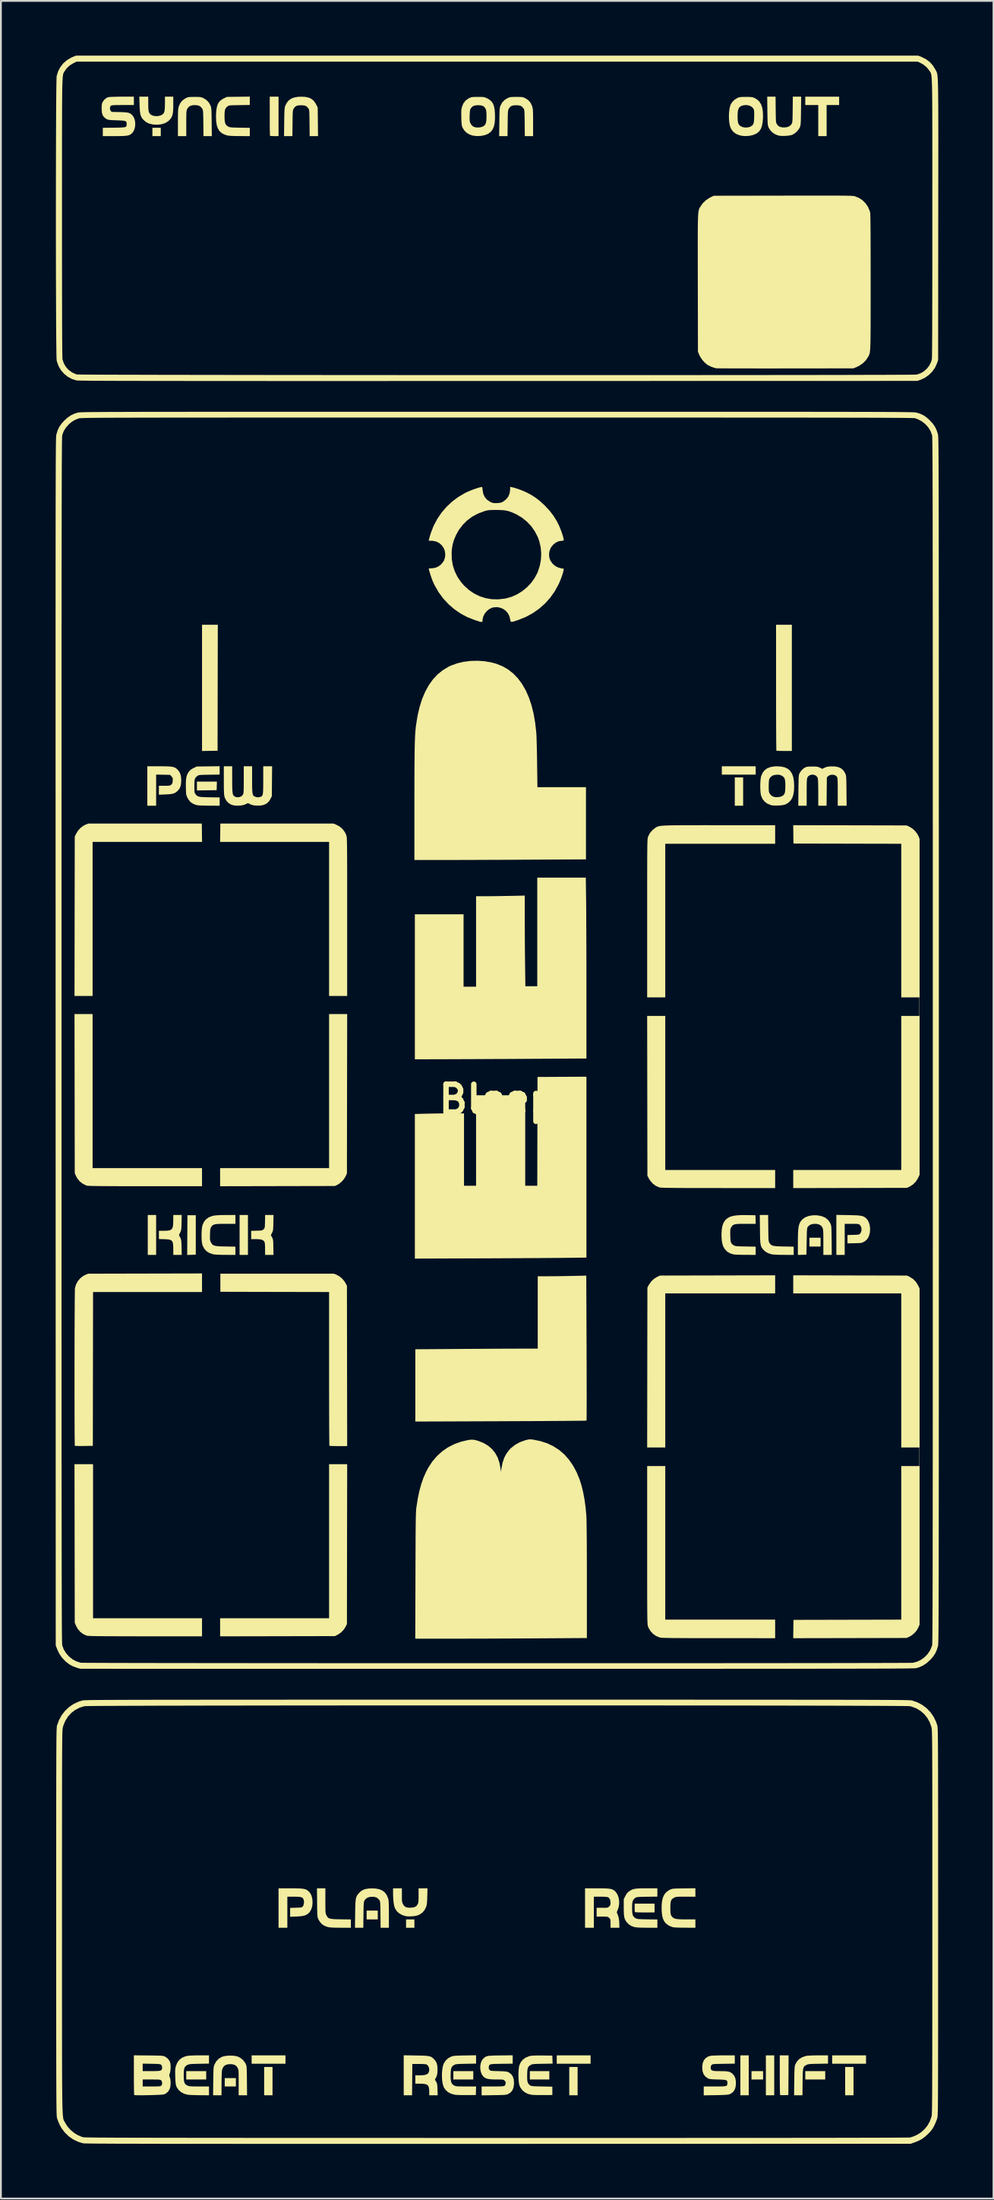
<source format=kicad_pcb>
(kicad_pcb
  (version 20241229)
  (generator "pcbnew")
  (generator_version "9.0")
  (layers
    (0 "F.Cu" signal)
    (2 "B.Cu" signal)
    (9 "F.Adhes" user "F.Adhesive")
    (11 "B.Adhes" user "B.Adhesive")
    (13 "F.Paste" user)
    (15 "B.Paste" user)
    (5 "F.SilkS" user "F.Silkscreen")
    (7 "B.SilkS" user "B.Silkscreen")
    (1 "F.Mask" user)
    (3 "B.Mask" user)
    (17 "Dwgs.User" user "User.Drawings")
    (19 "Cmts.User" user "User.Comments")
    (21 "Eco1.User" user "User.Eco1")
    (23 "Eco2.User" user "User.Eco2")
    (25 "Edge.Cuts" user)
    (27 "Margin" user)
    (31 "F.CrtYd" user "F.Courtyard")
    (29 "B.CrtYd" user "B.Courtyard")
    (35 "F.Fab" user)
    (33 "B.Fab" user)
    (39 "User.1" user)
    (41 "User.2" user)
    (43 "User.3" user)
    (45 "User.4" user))
  (footprint "Bleep"
    (layer "F.Cu")
    (at 24.226 57.252)
    (property "Reference" "Bleep" (at 0 0 0) (layer "F.SilkS") (effects (font (size 1.524 1.524) (thickness 0.3))))
    (attr board_only exclude_from_pos_files exclude_from_bom)
    (fp_poly (pts (xy -18.706 8.526) (xy -19.165 8.526) (xy -19.165 6.337) (xy -18.706 6.337)) (stroke (width 0) (type solid)) (fill yes) (layer "F.SilkS"))
    (fp_poly (pts (xy -18.452 -52.836) (xy -18.91 -52.836) (xy -18.91 -53.294) (xy -18.452 -53.294)) (stroke (width 0) (type solid)) (fill yes) (layer "F.SilkS"))
    (fp_poly (pts (xy -15.958 53.752) (xy -17.052 53.752) (xy -17.052 53.294) (xy -15.958 53.294)) (stroke (width 0) (type solid)) (fill yes) (layer "F.SilkS"))
    (fp_poly (pts (xy -15.334 -19.126) (xy -16.187 -19.112) (xy -16.187 -26.036) (xy -15.321 -26.036)) (stroke (width 0) (type solid)) (fill yes) (layer "F.SilkS"))
    (fp_poly (pts (xy -14.329 54.134) (xy -14.94 54.134) (xy -14.94 53.676) (xy -14.329 53.676)) (stroke (width 0) (type solid)) (fill yes) (layer "F.SilkS"))
    (fp_poly (pts (xy -13.667 8.526) (xy -14.125 8.526) (xy -14.125 6.337) (xy -13.667 6.337)) (stroke (width 0) (type solid)) (fill yes) (layer "F.SilkS"))
    (fp_poly (pts (xy -12.318 54.618) (xy -12.776 54.618) (xy -12.776 53.065) (xy -12.318 53.065)) (stroke (width 0) (type solid)) (fill yes) (layer "F.SilkS"))
    (fp_poly (pts (xy -11.606 52.887) (xy -13.464 52.887) (xy -13.464 52.429) (xy -11.606 52.429)) (stroke (width 0) (type solid)) (fill yes) (layer "F.SilkS"))
    (fp_poly (pts (xy -6.541 44.972) (xy -7.152 44.972) (xy -7.152 44.488) (xy -6.541 44.488)) (stroke (width 0) (type solid)) (fill yes) (layer "F.SilkS"))
    (fp_poly (pts (xy -4.53 45.43) (xy -4.988 45.43) (xy -4.988 44.972) (xy -4.53 44.972)) (stroke (width 0) (type solid)) (fill yes) (layer "F.SilkS"))
    (fp_poly (pts (xy -1.298 53.752) (xy -2.392 53.752) (xy -2.392 53.294) (xy -1.298 53.294)) (stroke (width 0) (type solid)) (fill yes) (layer "F.SilkS"))
    (fp_poly (pts (xy 2.876 53.752) (xy 1.807 53.752) (xy 1.807 53.294) (xy 2.876 53.294)) (stroke (width 0) (type solid)) (fill yes) (layer "F.SilkS"))
    (fp_poly (pts (xy 4.428 54.618) (xy 3.97 54.618) (xy 3.97 53.065) (xy 4.428 53.065)) (stroke (width 0) (type solid)) (fill yes) (layer "F.SilkS"))
    (fp_poly (pts (xy 5.141 52.887) (xy 3.283 52.887) (xy 3.283 52.429) (xy 5.141 52.429)) (stroke (width 0) (type solid)) (fill yes) (layer "F.SilkS"))
    (fp_poly (pts (xy 13.514 -16.11) (xy 13.056 -16.11) (xy 13.056 -17.663) (xy 13.514 -17.663)) (stroke (width 0) (type solid)) (fill yes) (layer "F.SilkS"))
    (fp_poly (pts (xy 13.82 54.618) (xy 13.362 54.618) (xy 13.362 52.429) (xy 13.82 52.429)) (stroke (width 0) (type solid)) (fill yes) (layer "F.SilkS"))
    (fp_poly (pts (xy 14.202 -17.816) (xy 12.344 -17.816) (xy 12.344 -18.274) (xy 14.202 -18.274)) (stroke (width 0) (type solid)) (fill yes) (layer "F.SilkS"))
    (fp_poly (pts (xy 14.609 53.752) (xy 13.973 53.752) (xy 13.973 53.294) (xy 14.609 53.294)) (stroke (width 0) (type solid)) (fill yes) (layer "F.SilkS"))
    (fp_poly (pts (xy 15.22 54.618) (xy 14.762 54.618) (xy 14.762 52.429) (xy 15.22 52.429)) (stroke (width 0) (type solid)) (fill yes) (layer "F.SilkS"))
    (fp_poly (pts (xy 17.765 8.068) (xy 17.154 8.068) (xy 17.154 7.584) (xy 17.765 7.584)) (stroke (width 0) (type solid)) (fill yes) (layer "F.SilkS"))
    (fp_poly (pts (xy 18.019 53.752) (xy 16.925 53.752) (xy 16.925 53.294) (xy 18.019 53.294)) (stroke (width 0) (type solid)) (fill yes) (layer "F.SilkS"))
    (fp_poly (pts (xy 19.572 54.618) (xy 19.114 54.618) (xy 19.114 53.065) (xy 19.572 53.065)) (stroke (width 0) (type solid)) (fill yes) (layer "F.SilkS"))
    (fp_poly (pts (xy 20.259 52.887) (xy 18.401 52.887) (xy 18.401 52.429) (xy 20.259 52.429)) (stroke (width 0) (type solid)) (fill yes) (layer "F.SilkS"))
    (fp_poly (pts (xy -16.53 8.513) (xy -16.766 8.521) (xy -17.002 8.528) (xy -16.995 7.439) (xy -16.988 6.35) (xy -16.53 6.35)) (stroke (width 0) (type solid)) (fill yes) (layer "F.SilkS"))
    (fp_poly (pts (xy -15.378 -17.198) (xy -15.385 -16.963) (xy -15.926 -16.956) (xy -16.467 -16.949) (xy -16.467 -17.434) (xy -15.37 -17.434)) (stroke (width 0) (type solid)) (fill yes) (layer "F.SilkS"))
    (fp_poly (pts (xy 18.783 -54.541) (xy 18.096 -54.541) (xy 18.096 -52.836) (xy 17.637 -52.836) (xy 17.637 -54.541) (xy 16.925 -54.541) (xy 16.925 -54.999) (xy 18.783 -54.999)) (stroke (width 0) (type solid)) (fill yes) (layer "F.SilkS"))
    (fp_poly (pts (xy -8.227 -0.312) (xy -8.233 4.059) (xy -8.307 4.218) (xy -8.396 4.366) (xy -8.519 4.506) (xy -8.659 4.624) (xy -8.774 4.691) (xy -8.895 4.747) (xy -15.194 4.76) (xy -15.194 3.767) (xy -9.213 3.767) (xy -9.213 -4.683) (xy -8.22 -4.683)) (stroke (width 0) (type solid)) (fill yes) (layer "F.SilkS"))
    (fp_poly (pts (xy -16.193 -14.628) (xy -16.186 -14.125) (xy -22.193 -14.125) (xy -22.193 -5.676) (xy -23.186 -5.676) (xy -23.18 -10.047) (xy -23.173 -14.419) (xy -23.09 -14.588) (xy -22.982 -14.758) (xy -22.842 -14.907) (xy -22.68 -15.023) (xy -22.581 -15.072) (xy -22.435 -15.131) (xy -16.199 -15.131)) (stroke (width 0) (type solid)) (fill yes) (layer "F.SilkS"))
    (fp_poly (pts (xy -8.227 24.388) (xy -8.233 28.772) (xy -8.303 28.914) (xy -8.41 29.082) (xy -8.553 29.231) (xy -8.717 29.346) (xy -8.75 29.363) (xy -8.895 29.434) (xy -12.045 29.441) (xy -15.194 29.447) (xy -15.194 28.454) (xy -9.213 28.454) (xy -9.213 20.004) (xy -8.22 20.004)) (stroke (width 0) (type solid)) (fill yes) (layer "F.SilkS"))
    (fp_poly (pts (xy 8.653 44.59) (xy 8.123 44.59) (xy 7.964 44.589) (xy 7.822 44.587) (xy 7.705 44.584) (xy 7.622 44.579) (xy 7.579 44.575) (xy 7.576 44.573) (xy 7.568 44.541) (xy 7.562 44.472) (xy 7.559 44.376) (xy 7.559 44.331) (xy 7.559 44.106) (xy 8.653 44.106)) (stroke (width 0) (type solid)) (fill yes) (layer "F.SilkS"))
    (fp_poly (pts (xy 15.271 10.638) (xy 9.239 10.638) (xy 9.239 19.088) (xy 8.246 19.088) (xy 8.252 14.704) (xy 8.259 10.32) (xy 8.339 10.167) (xy 8.459 9.991) (xy 8.615 9.841) (xy 8.798 9.728) (xy 8.802 9.726) (xy 8.946 9.659) (xy 12.108 9.652) (xy 15.271 9.645)) (stroke (width 0) (type solid)) (fill yes) (layer "F.SilkS"))
    (fp_poly (pts (xy -11.987 -52.836) (xy -12.212 -52.836) (xy -12.315 -52.838) (xy -12.397 -52.843) (xy -12.446 -52.85) (xy -12.454 -52.853) (xy -12.458 -52.881) (xy -12.461 -52.955) (xy -12.464 -53.069) (xy -12.467 -53.218) (xy -12.469 -53.396) (xy -12.47 -53.598) (xy -12.471 -53.819) (xy -12.471 -53.935) (xy -12.471 -54.999) (xy -11.987 -54.999)) (stroke (width 0) (type solid)) (fill yes) (layer "F.SilkS"))
    (fp_poly (pts (xy 15.996 54.605) (xy 15.778 54.612) (xy 15.678 54.614) (xy 15.597 54.611) (xy 15.549 54.605) (xy 15.543 54.602) (xy 15.539 54.573) (xy 15.536 54.499) (xy 15.532 54.385) (xy 15.53 54.236) (xy 15.528 54.057) (xy 15.526 53.855) (xy 15.525 53.633) (xy 15.525 53.506) (xy 15.525 52.429) (xy 16.009 52.429)) (stroke (width 0) (type solid)) (fill yes) (layer "F.SilkS"))
    (fp_poly (pts (xy 16.187 -19.114) (xy 15.771 -19.114) (xy 15.63 -19.115) (xy 15.508 -19.117) (xy 15.413 -19.121) (xy 15.354 -19.127) (xy 15.338 -19.131) (xy 15.336 -19.158) (xy 15.334 -19.233) (xy 15.333 -19.353) (xy 15.331 -19.515) (xy 15.329 -19.716) (xy 15.328 -19.953) (xy 15.326 -20.224) (xy 15.325 -20.524) (xy 15.324 -20.853) (xy 15.323 -21.205) (xy 15.322 -21.579) (xy 15.322 -21.971) (xy 15.321 -22.379) (xy 15.321 -22.592) (xy 15.321 -26.036) (xy 16.187 -26.036)) (stroke (width 0) (type solid)) (fill yes) (layer "F.SilkS"))
    (fp_poly (pts (xy 19.387 9.652) (xy 22.511 9.659) (xy 22.662 9.733) (xy 22.847 9.851) (xy 23 10.008) (xy 23.118 10.201) (xy 23.198 10.371) (xy 23.198 28.798) (xy 23.139 28.945) (xy 23.051 29.107) (xy 22.925 29.258) (xy 22.776 29.385) (xy 22.646 29.462) (xy 22.486 29.536) (xy 19.374 29.543) (xy 16.262 29.549) (xy 16.269 29.046) (xy 16.276 28.543) (xy 22.193 28.53) (xy 22.193 20.106) (xy 23.186 20.106) (xy 23.186 19.088) (xy 22.193 19.088) (xy 22.193 10.638) (xy 16.263 10.638) (xy 16.263 9.645)) (stroke (width 0) (type solid)) (fill yes) (layer "F.SilkS"))
    (fp_poly (pts (xy -22.193 3.767) (xy -16.187 3.767) (xy -16.187 4.759) (xy -19.311 4.758) (xy -19.792 4.758) (xy -20.225 4.757) (xy -20.612 4.757) (xy -20.956 4.756) (xy -21.257 4.755) (xy -21.52 4.753) (xy -21.747 4.752) (xy -21.939 4.749) (xy -22.1 4.747) (xy -22.231 4.744) (xy -22.335 4.741) (xy -22.415 4.737) (xy -22.472 4.733) (xy -22.51 4.728) (xy -22.528 4.724) (xy -22.725 4.629) (xy -22.895 4.498) (xy -23.03 4.337) (xy -23.115 4.178) (xy -23.173 4.034) (xy -23.18 -0.324) (xy -23.186 -4.683) (xy -22.193 -4.683)) (stroke (width 0) (type solid)) (fill yes) (layer "F.SilkS"))
    (fp_poly (pts (xy -22.168 28.454) (xy -16.187 28.454) (xy -16.187 29.447) (xy -19.298 29.445) (xy -19.778 29.445) (xy -20.209 29.444) (xy -20.595 29.443) (xy -20.936 29.442) (xy -21.237 29.441) (xy -21.499 29.44) (xy -21.724 29.438) (xy -21.916 29.436) (xy -22.077 29.433) (xy -22.209 29.43) (xy -22.314 29.427) (xy -22.395 29.423) (xy -22.455 29.419) (xy -22.495 29.414) (xy -22.518 29.41) (xy -22.708 29.324) (xy -22.875 29.196) (xy -23.013 29.032) (xy -23.115 28.84) (xy -23.173 28.696) (xy -23.18 24.35) (xy -23.187 20.004) (xy -22.168 20.004)) (stroke (width 0) (type solid)) (fill yes) (layer "F.SilkS"))
    (fp_poly (pts (xy 9.239 3.869) (xy 15.271 3.869) (xy 15.271 4.861) (xy 12.146 4.859) (xy 11.665 4.859) (xy 11.232 4.859) (xy 10.845 4.858) (xy 10.501 4.857) (xy 10.199 4.856) (xy 9.936 4.854) (xy 9.709 4.852) (xy 9.516 4.85) (xy 9.355 4.848) (xy 9.222 4.845) (xy 9.117 4.841) (xy 9.035 4.838) (xy 8.976 4.833) (xy 8.936 4.829) (xy 8.915 4.824) (xy 8.715 4.736) (xy 8.541 4.604) (xy 8.396 4.432) (xy 8.33 4.321) (xy 8.259 4.187) (xy 8.252 -0.197) (xy 8.246 -4.581) (xy 9.239 -4.581)) (stroke (width 0) (type solid)) (fill yes) (layer "F.SilkS"))
    (fp_poly (pts (xy 19.374 -15.036) (xy 22.486 -15.029) (xy 22.646 -14.955) (xy 22.804 -14.859) (xy 22.949 -14.726) (xy 23.069 -14.572) (xy 23.139 -14.438) (xy 23.198 -14.291) (xy 23.198 4.136) (xy 23.117 4.307) (xy 23 4.497) (xy 22.846 4.655) (xy 22.662 4.775) (xy 22.657 4.777) (xy 22.511 4.848) (xy 19.387 4.855) (xy 16.263 4.862) (xy 16.263 3.869) (xy 22.193 3.869) (xy 22.193 -4.581) (xy 23.186 -4.581) (xy 23.186 -5.599) (xy 22.193 -5.599) (xy 22.193 -14.023) (xy 16.276 -14.036) (xy 16.269 -14.539) (xy 16.262 -15.042)) (stroke (width 0) (type solid)) (fill yes) (layer "F.SilkS"))
    (fp_poly (pts (xy -8.828 -15.072) (xy -8.63 -14.967) (xy -8.466 -14.825) (xy -8.34 -14.65) (xy -8.27 -14.496) (xy -8.264 -14.477) (xy -8.258 -14.456) (xy -8.253 -14.43) (xy -8.248 -14.398) (xy -8.244 -14.357) (xy -8.24 -14.305) (xy -8.237 -14.238) (xy -8.234 -14.156) (xy -8.231 -14.055) (xy -8.229 -13.934) (xy -8.227 -13.789) (xy -8.226 -13.62) (xy -8.224 -13.422) (xy -8.223 -13.195) (xy -8.222 -12.935) (xy -8.222 -12.641) (xy -8.221 -12.31) (xy -8.221 -11.939) (xy -8.221 -11.527) (xy -8.221 -11.071) (xy -8.221 -10.569) (xy -8.221 -10.018) (xy -8.221 -5.676) (xy -9.213 -5.676) (xy -9.213 -14.125) (xy -15.195 -14.125) (xy -15.188 -14.628) (xy -15.181 -15.131) (xy -8.971 -15.131)) (stroke (width 0) (type solid)) (fill yes) (layer "F.SilkS"))
    (fp_poly (pts (xy -8.806 9.614) (xy -8.636 9.707) (xy -8.481 9.84) (xy -8.354 10.001) (xy -8.321 10.057) (xy -8.233 10.219) (xy -8.22 19.012) (xy -8.7 19.012) (xy -8.851 19.011) (xy -8.985 19.009) (xy -9.092 19.005) (xy -9.165 19) (xy -9.196 18.995) (xy -9.196 18.995) (xy -9.198 18.968) (xy -9.2 18.893) (xy -9.202 18.772) (xy -9.203 18.609) (xy -9.205 18.405) (xy -9.206 18.163) (xy -9.208 17.887) (xy -9.209 17.578) (xy -9.21 17.24) (xy -9.211 16.875) (xy -9.212 16.486) (xy -9.212 16.075) (xy -9.213 15.645) (xy -9.213 15.199) (xy -9.213 14.77) (xy -9.213 10.562) (xy -12.197 10.556) (xy -15.181 10.549) (xy -15.181 9.557) (xy -8.946 9.557)) (stroke (width 0) (type solid)) (fill yes) (layer "F.SilkS"))
    (fp_poly (pts (xy 4.912 8.673) (xy 3.709 8.688) (xy 3.533 8.69) (xy 3.311 8.692) (xy 3.046 8.694) (xy 2.744 8.696) (xy 2.408 8.699) (xy 2.043 8.701) (xy 1.654 8.703) (xy 1.244 8.706) (xy 0.819 8.708) (xy 0.382 8.71) (xy -0.061 8.712) (xy -0.507 8.714) (xy -0.952 8.716) (xy -0.999 8.716) (xy -4.505 8.728) (xy -4.505 0.797) (xy -3.875 0.78) (xy -3.665 0.776) (xy -3.42 0.771) (xy -3.158 0.768) (xy -2.895 0.765) (xy -2.648 0.764) (xy -2.526 0.764) (xy -1.807 0.764) (xy -1.807 4.734) (xy -1.145 4.734) (xy -1.145 -0.229) (xy 1.553 -0.229) (xy 1.553 4.734) (xy 2.214 4.734) (xy 2.227 -1.234) (xy 4.912 -1.248)) (stroke (width 0) (type solid)) (fill yes) (layer "F.SilkS"))
    (fp_poly (pts (xy -17.31 6.751) (xy -17.314 6.908) (xy -17.319 7.023) (xy -17.326 7.108) (xy -17.337 7.172) (xy -17.353 7.224) (xy -17.375 7.276) (xy -17.387 7.301) (xy -17.454 7.437) (xy -17.387 7.568) (xy -17.362 7.62) (xy -17.344 7.67) (xy -17.331 7.727) (xy -17.323 7.801) (xy -17.317 7.901) (xy -17.313 8.039) (xy -17.311 8.112) (xy -17.301 8.526) (xy -17.765 8.526) (xy -17.765 8.24) (xy -17.768 8.057) (xy -17.779 7.918) (xy -17.805 7.817) (xy -17.851 7.748) (xy -17.922 7.705) (xy -18.023 7.68) (xy -18.161 7.668) (xy -18.254 7.664) (xy -18.554 7.655) (xy -18.554 7.203) (xy -18.28 7.203) (xy -18.114 7.199) (xy -17.988 7.183) (xy -17.896 7.148) (xy -17.834 7.09) (xy -17.795 7.002) (xy -17.775 6.877) (xy -17.767 6.71) (xy -17.766 6.636) (xy -17.765 6.337) (xy -17.301 6.337)) (stroke (width 0) (type solid)) (fill yes) (layer "F.SilkS"))
    (fp_poly (pts (xy 14.894 7.056) (xy 14.896 7.267) (xy 14.899 7.433) (xy 14.902 7.56) (xy 14.906 7.656) (xy 14.912 7.725) (xy 14.92 7.776) (xy 14.93 7.812) (xy 14.944 7.842) (xy 14.959 7.868) (xy 14.998 7.924) (xy 15.041 7.968) (xy 15.094 8.001) (xy 15.164 8.025) (xy 15.259 8.041) (xy 15.385 8.052) (xy 15.548 8.059) (xy 15.748 8.064) (xy 16.289 8.073) (xy 16.289 8.526) (xy 15.748 8.524) (xy 15.549 8.522) (xy 15.373 8.516) (xy 15.226 8.509) (xy 15.117 8.499) (xy 15.067 8.491) (xy 14.874 8.428) (xy 14.719 8.334) (xy 14.626 8.244) (xy 14.579 8.187) (xy 14.541 8.133) (xy 14.511 8.076) (xy 14.487 8.01) (xy 14.47 7.928) (xy 14.458 7.825) (xy 14.449 7.695) (xy 14.443 7.531) (xy 14.439 7.327) (xy 14.437 7.12) (xy 14.427 6.337) (xy 14.886 6.337)) (stroke (width 0) (type solid)) (fill yes) (layer "F.SilkS"))
    (fp_poly (pts (xy -9.417 43.948) (xy -9.417 44.153) (xy -9.416 44.314) (xy -9.414 44.437) (xy -9.41 44.529) (xy -9.405 44.596) (xy -9.396 44.647) (xy -9.385 44.686) (xy -9.37 44.721) (xy -9.36 44.743) (xy -9.324 44.808) (xy -9.287 44.858) (xy -9.24 44.896) (xy -9.179 44.923) (xy -9.095 44.942) (xy -8.983 44.954) (xy -8.835 44.962) (xy -8.645 44.966) (xy -8.571 44.967) (xy -8.017 44.975) (xy -8.017 45.43) (xy -8.583 45.428) (xy -8.806 45.426) (xy -8.983 45.422) (xy -9.119 45.414) (xy -9.219 45.403) (xy -9.284 45.39) (xy -9.466 45.324) (xy -9.609 45.23) (xy -9.722 45.102) (xy -9.796 44.972) (xy -9.815 44.931) (xy -9.83 44.894) (xy -9.841 44.853) (xy -9.85 44.802) (xy -9.856 44.736) (xy -9.861 44.647) (xy -9.864 44.53) (xy -9.867 44.378) (xy -9.869 44.185) (xy -9.87 44.049) (xy -9.878 43.267) (xy -9.417 43.267)) (stroke (width 0) (type solid)) (fill yes) (layer "F.SilkS"))
    (fp_poly (pts (xy 18.172 52.881) (xy 17.631 52.891) (xy 17.448 52.894) (xy 17.309 52.899) (xy 17.205 52.904) (xy 17.129 52.911) (xy 17.073 52.921) (xy 17.03 52.934) (xy 16.991 52.952) (xy 16.988 52.953) (xy 16.933 52.984) (xy 16.889 53.015) (xy 16.855 53.053) (xy 16.828 53.104) (xy 16.809 53.173) (xy 16.796 53.267) (xy 16.788 53.39) (xy 16.782 53.549) (xy 16.779 53.749) (xy 16.777 53.899) (xy 16.769 54.618) (xy 16.311 54.618) (xy 16.32 53.835) (xy 16.323 53.608) (xy 16.326 53.425) (xy 16.33 53.281) (xy 16.336 53.17) (xy 16.342 53.086) (xy 16.351 53.023) (xy 16.361 52.974) (xy 16.374 52.934) (xy 16.463 52.768) (xy 16.591 52.633) (xy 16.755 52.53) (xy 16.95 52.464) (xy 16.988 52.457) (xy 17.06 52.448) (xy 17.173 52.44) (xy 17.315 52.434) (xy 17.475 52.43) (xy 17.644 52.429) (xy 17.655 52.429) (xy 18.172 52.429)) (stroke (width 0) (type solid)) (fill yes) (layer "F.SilkS"))
    (fp_poly (pts (xy -12.272 6.764) (xy -12.275 6.923) (xy -12.28 7.04) (xy -12.286 7.126) (xy -12.296 7.19) (xy -12.311 7.241) (xy -12.331 7.289) (xy -12.345 7.316) (xy -12.41 7.443) (xy -12.345 7.558) (xy -12.321 7.604) (xy -12.303 7.648) (xy -12.291 7.7) (xy -12.283 7.769) (xy -12.278 7.865) (xy -12.274 7.997) (xy -12.272 8.1) (xy -12.263 8.526) (xy -12.725 8.526) (xy -12.726 8.202) (xy -12.729 8.037) (xy -12.737 7.913) (xy -12.751 7.833) (xy -12.758 7.813) (xy -12.807 7.749) (xy -12.881 7.703) (xy -12.989 7.675) (xy -13.137 7.662) (xy -13.228 7.661) (xy -13.489 7.661) (xy -13.489 7.207) (xy -13.184 7.198) (xy -13.054 7.194) (xy -12.965 7.189) (xy -12.905 7.18) (xy -12.865 7.165) (xy -12.833 7.143) (xy -12.809 7.119) (xy -12.781 7.09) (xy -12.761 7.06) (xy -12.748 7.02) (xy -12.74 6.962) (xy -12.735 6.874) (xy -12.731 6.749) (xy -12.73 6.693) (xy -12.722 6.337) (xy -12.263 6.337)) (stroke (width 0) (type solid)) (fill yes) (layer "F.SilkS"))
    (fp_poly (pts (xy -18.313 -18.273) (xy -18.126 -18.27) (xy -17.976 -18.263) (xy -17.858 -18.251) (xy -17.765 -18.233) (xy -17.691 -18.208) (xy -17.629 -18.175) (xy -17.574 -18.132) (xy -17.524 -18.085) (xy -17.43 -17.968) (xy -17.369 -17.831) (xy -17.336 -17.665) (xy -17.329 -17.517) (xy -17.338 -17.328) (xy -17.367 -17.177) (xy -17.421 -17.053) (xy -17.503 -16.947) (xy -17.56 -16.894) (xy -17.631 -16.839) (xy -17.705 -16.798) (xy -17.792 -16.769) (xy -17.901 -16.75) (xy -18.042 -16.737) (xy -18.204 -16.728) (xy -18.554 -16.715) (xy -18.554 -17.205) (xy -18.25 -17.205) (xy -18.119 -17.206) (xy -18.029 -17.209) (xy -17.968 -17.216) (xy -17.926 -17.23) (xy -17.893 -17.251) (xy -17.876 -17.265) (xy -17.835 -17.309) (xy -17.811 -17.363) (xy -17.798 -17.445) (xy -17.796 -17.477) (xy -17.792 -17.566) (xy -17.799 -17.624) (xy -17.824 -17.671) (xy -17.862 -17.717) (xy -17.939 -17.803) (xy -18.322 -17.811) (xy -18.706 -17.819) (xy -18.706 -16.11) (xy -19.19 -16.11) (xy -19.19 -18.274) (xy -18.546 -18.274)) (stroke (width 0) (type solid)) (fill yes) (layer "F.SilkS"))
    (fp_poly (pts (xy -19.139 -54.617) (xy -19.137 -54.439) (xy -19.13 -54.303) (xy -19.116 -54.202) (xy -19.092 -54.127) (xy -19.057 -54.07) (xy -19.008 -54.023) (xy -18.983 -54.005) (xy -18.878 -53.956) (xy -18.746 -53.933) (xy -18.605 -53.936) (xy -18.473 -53.965) (xy -18.442 -53.978) (xy -18.368 -54.017) (xy -18.313 -54.065) (xy -18.273 -54.131) (xy -18.247 -54.22) (xy -18.232 -54.341) (xy -18.225 -54.5) (xy -18.223 -54.624) (xy -18.223 -54.999) (xy -17.765 -54.999) (xy -17.765 -54.571) (xy -17.767 -54.37) (xy -17.775 -54.21) (xy -17.79 -54.083) (xy -17.814 -53.981) (xy -17.849 -53.893) (xy -17.896 -53.812) (xy -17.918 -53.781) (xy -18.043 -53.652) (xy -18.203 -53.555) (xy -18.394 -53.491) (xy -18.612 -53.463) (xy -18.852 -53.472) (xy -18.876 -53.475) (xy -19.084 -53.521) (xy -19.259 -53.605) (xy -19.402 -53.728) (xy -19.402 -53.728) (xy -19.467 -53.807) (xy -19.517 -53.888) (xy -19.554 -53.979) (xy -19.581 -54.089) (xy -19.599 -54.226) (xy -19.61 -54.399) (xy -19.616 -54.56) (xy -19.629 -54.999) (xy -19.139 -54.999)) (stroke (width 0) (type solid)) (fill yes) (layer "F.SilkS"))
    (fp_poly (pts (xy -16.187 10.562) (xy -22.168 10.562) (xy -22.18 18.999) (xy -22.666 19.006) (xy -22.818 19.007) (xy -22.952 19.007) (xy -23.061 19.004) (xy -23.136 19.001) (xy -23.168 18.996) (xy -23.168 18.995) (xy -23.171 18.968) (xy -23.173 18.892) (xy -23.175 18.773) (xy -23.177 18.612) (xy -23.179 18.412) (xy -23.181 18.178) (xy -23.182 17.913) (xy -23.183 17.619) (xy -23.184 17.299) (xy -23.185 16.957) (xy -23.185 16.597) (xy -23.186 16.221) (xy -23.186 15.833) (xy -23.186 15.435) (xy -23.186 15.031) (xy -23.186 14.624) (xy -23.185 14.218) (xy -23.184 13.815) (xy -23.184 13.419) (xy -23.183 13.033) (xy -23.182 12.66) (xy -23.18 12.304) (xy -23.179 11.967) (xy -23.177 11.653) (xy -23.175 11.365) (xy -23.174 11.106) (xy -23.172 10.88) (xy -23.169 10.689) (xy -23.167 10.537) (xy -23.165 10.427) (xy -23.162 10.362) (xy -23.161 10.347) (xy -23.103 10.147) (xy -23.004 9.963) (xy -22.868 9.803) (xy -22.703 9.677) (xy -22.581 9.616) (xy -22.435 9.557) (xy -19.311 9.55) (xy -16.187 9.543)) (stroke (width 0) (type solid)) (fill yes) (layer "F.SilkS"))
    (fp_poly (pts (xy -11.11 43.268) (xy -10.922 43.271) (xy -10.772 43.278) (xy -10.654 43.29) (xy -10.56 43.308) (xy -10.486 43.332) (xy -10.423 43.364) (xy -10.367 43.405) (xy -10.344 43.424) (xy -10.243 43.539) (xy -10.174 43.679) (xy -10.132 43.856) (xy -10.131 43.864) (xy -10.12 44.069) (xy -10.142 44.262) (xy -10.196 44.433) (xy -10.281 44.573) (xy -10.324 44.62) (xy -10.408 44.688) (xy -10.502 44.739) (xy -10.616 44.774) (xy -10.758 44.797) (xy -10.939 44.811) (xy -11 44.814) (xy -11.351 44.826) (xy -11.351 44.34) (xy -11.034 44.331) (xy -10.899 44.327) (xy -10.805 44.321) (xy -10.743 44.312) (xy -10.702 44.298) (xy -10.672 44.278) (xy -10.661 44.268) (xy -10.62 44.197) (xy -10.595 44.098) (xy -10.591 43.989) (xy -10.608 43.891) (xy -10.613 43.876) (xy -10.643 43.822) (xy -10.683 43.781) (xy -10.743 43.754) (xy -10.83 43.737) (xy -10.951 43.728) (xy -11.113 43.725) (xy -11.146 43.725) (xy -11.504 43.725) (xy -11.504 45.43) (xy -11.987 45.43) (xy -11.987 43.267) (xy -11.343 43.267)) (stroke (width 0) (type solid)) (fill yes) (layer "F.SilkS"))
    (fp_poly (pts (xy 9.239 28.53) (xy 15.271 28.53) (xy 15.271 29.548) (xy 12.172 29.547) (xy 11.7 29.546) (xy 11.276 29.546) (xy 10.898 29.545) (xy 10.563 29.545) (xy 10.268 29.543) (xy 10.011 29.542) (xy 9.789 29.541) (xy 9.599 29.539) (xy 9.439 29.536) (xy 9.306 29.534) (xy 9.198 29.53) (xy 9.111 29.527) (xy 9.044 29.523) (xy 8.993 29.518) (xy 8.956 29.513) (xy 8.933 29.508) (xy 8.744 29.433) (xy 8.574 29.315) (xy 8.431 29.163) (xy 8.324 28.985) (xy 8.299 28.925) (xy 8.292 28.906) (xy 8.286 28.887) (xy 8.281 28.865) (xy 8.276 28.838) (xy 8.271 28.803) (xy 8.267 28.757) (xy 8.264 28.7) (xy 8.26 28.628) (xy 8.258 28.539) (xy 8.255 28.43) (xy 8.253 28.3) (xy 8.252 28.146) (xy 8.25 27.966) (xy 8.249 27.757) (xy 8.248 27.517) (xy 8.247 27.244) (xy 8.247 26.935) (xy 8.247 26.589) (xy 8.246 26.202) (xy 8.246 25.772) (xy 8.246 25.298) (xy 8.246 24.777) (xy 8.246 24.445) (xy 8.246 20.106) (xy 9.239 20.106)) (stroke (width 0) (type solid)) (fill yes) (layer "F.SilkS"))
    (fp_poly (pts (xy -5.217 43.643) (xy -5.217 43.793) (xy -5.214 43.902) (xy -5.208 43.981) (xy -5.197 44.039) (xy -5.18 44.088) (xy -5.16 44.131) (xy -5.097 44.227) (xy -5.017 44.289) (xy -4.912 44.323) (xy -4.772 44.332) (xy -4.729 44.33) (xy -4.588 44.316) (xy -4.485 44.283) (xy -4.409 44.225) (xy -4.349 44.137) (xy -4.346 44.13) (xy -4.328 44.086) (xy -4.315 44.031) (xy -4.307 43.954) (xy -4.303 43.847) (xy -4.301 43.701) (xy -4.301 43.655) (xy -4.301 43.267) (xy -3.811 43.267) (xy -3.824 43.706) (xy -3.83 43.892) (xy -3.839 44.035) (xy -3.851 44.144) (xy -3.867 44.227) (xy -3.881 44.272) (xy -3.968 44.454) (xy -4.089 44.598) (xy -4.244 44.704) (xy -4.357 44.752) (xy -4.474 44.78) (xy -4.619 44.799) (xy -4.774 44.807) (xy -4.916 44.804) (xy -4.992 44.795) (xy -5.189 44.737) (xy -5.359 44.645) (xy -5.495 44.522) (xy -5.592 44.371) (xy -5.599 44.356) (xy -5.641 44.224) (xy -5.672 44.047) (xy -5.692 43.833) (xy -5.701 43.585) (xy -5.701 43.54) (xy -5.701 43.267) (xy -5.217 43.267)) (stroke (width 0) (type solid)) (fill yes) (layer "F.SilkS"))
    (fp_poly (pts (xy 19.285 6.343) (xy 19.508 6.348) (xy 19.686 6.353) (xy 19.828 6.361) (xy 19.938 6.373) (xy 20.026 6.389) (xy 20.096 6.411) (xy 20.157 6.44) (xy 20.215 6.478) (xy 20.249 6.503) (xy 20.342 6.604) (xy 20.414 6.741) (xy 20.461 6.903) (xy 20.482 7.081) (xy 20.474 7.264) (xy 20.452 7.381) (xy 20.396 7.544) (xy 20.318 7.669) (xy 20.212 7.765) (xy 20.15 7.804) (xy 20.096 7.832) (xy 20.048 7.852) (xy 19.995 7.866) (xy 19.926 7.875) (xy 19.831 7.88) (xy 19.7 7.884) (xy 19.629 7.886) (xy 19.241 7.894) (xy 19.241 7.436) (xy 19.558 7.427) (xy 19.693 7.423) (xy 19.787 7.417) (xy 19.85 7.408) (xy 19.891 7.394) (xy 19.92 7.374) (xy 19.929 7.366) (xy 19.986 7.276) (xy 20.011 7.165) (xy 20.005 7.049) (xy 19.967 6.944) (xy 19.915 6.878) (xy 19.887 6.856) (xy 19.854 6.84) (xy 19.81 6.83) (xy 19.743 6.824) (xy 19.646 6.822) (xy 19.51 6.821) (xy 19.469 6.821) (xy 19.088 6.821) (xy 19.088 8.526) (xy 18.63 8.526) (xy 18.63 6.332)) (stroke (width 0) (type solid)) (fill yes) (layer "F.SilkS"))
    (fp_poly (pts (xy 11.888 -15.041) (xy 12.184 -15.041) (xy 15.271 -15.041) (xy 15.271 -14.023) (xy 9.239 -14.023) (xy 9.239 -5.599) (xy 8.246 -5.599) (xy 8.246 -9.938) (xy 8.246 -10.488) (xy 8.246 -10.99) (xy 8.246 -11.446) (xy 8.246 -11.857) (xy 8.247 -12.228) (xy 8.247 -12.558) (xy 8.248 -12.852) (xy 8.248 -13.112) (xy 8.249 -13.339) (xy 8.251 -13.535) (xy 8.252 -13.705) (xy 8.254 -13.849) (xy 8.256 -13.97) (xy 8.259 -14.07) (xy 8.262 -14.152) (xy 8.265 -14.218) (xy 8.269 -14.27) (xy 8.273 -14.311) (xy 8.278 -14.343) (xy 8.283 -14.368) (xy 8.289 -14.388) (xy 8.295 -14.407) (xy 8.299 -14.418) (xy 8.397 -14.611) (xy 8.534 -14.773) (xy 8.654 -14.869) (xy 8.69 -14.894) (xy 8.723 -14.917) (xy 8.755 -14.937) (xy 8.789 -14.954) (xy 8.828 -14.97) (xy 8.875 -14.984) (xy 8.932 -14.996) (xy 9.002 -15.006) (xy 9.089 -15.014) (xy 9.194 -15.021) (xy 9.321 -15.027) (xy 9.472 -15.031) (xy 9.65 -15.035) (xy 9.858 -15.038) (xy 10.099 -15.039) (xy 10.375 -15.041) (xy 10.689 -15.041) (xy 11.044 -15.041) (xy 11.443 -15.042)) (stroke (width 0) (type solid)) (fill yes) (layer "F.SilkS"))
    (fp_poly (pts (xy -13.565 -54.544) (xy -14.136 -54.536) (xy -14.322 -54.533) (xy -14.464 -54.53) (xy -14.57 -54.526) (xy -14.645 -54.52) (xy -14.698 -54.512) (xy -14.734 -54.501) (xy -14.763 -54.486) (xy -14.779 -54.475) (xy -14.846 -54.417) (xy -14.894 -54.354) (xy -14.926 -54.276) (xy -14.944 -54.173) (xy -14.951 -54.035) (xy -14.952 -53.93) (xy -14.948 -53.755) (xy -14.934 -53.622) (xy -14.907 -53.522) (xy -14.863 -53.448) (xy -14.801 -53.392) (xy -14.747 -53.359) (xy -14.709 -53.342) (xy -14.667 -53.328) (xy -14.612 -53.318) (xy -14.538 -53.311) (xy -14.436 -53.306) (xy -14.3 -53.302) (xy -14.12 -53.299) (xy -14.106 -53.298) (xy -13.565 -53.29) (xy -13.565 -52.836) (xy -14.119 -52.838) (xy -14.335 -52.841) (xy -14.518 -52.846) (xy -14.663 -52.855) (xy -14.765 -52.865) (xy -14.8 -52.872) (xy -14.976 -52.93) (xy -15.12 -53.012) (xy -15.234 -53.12) (xy -15.318 -53.259) (xy -15.376 -53.432) (xy -15.41 -53.643) (xy -15.42 -53.896) (xy -15.418 -54.024) (xy -15.403 -54.251) (xy -15.373 -54.436) (xy -15.325 -54.585) (xy -15.255 -54.704) (xy -15.161 -54.8) (xy -15.038 -54.881) (xy -14.995 -54.904) (xy -14.826 -54.987) (xy -14.196 -54.995) (xy -13.565 -55.003)) (stroke (width 0) (type solid)) (fill yes) (layer "F.SilkS"))
    (fp_poly (pts (xy -10.513 -54.987) (xy -10.33 -54.948) (xy -10.18 -54.878) (xy -10.058 -54.776) (xy -9.958 -54.638) (xy -9.926 -54.579) (xy -9.837 -54.403) (xy -9.829 -53.619) (xy -9.821 -52.836) (xy -10.279 -52.836) (xy -10.287 -53.56) (xy -10.29 -53.771) (xy -10.292 -53.938) (xy -10.295 -54.066) (xy -10.3 -54.162) (xy -10.305 -54.23) (xy -10.313 -54.279) (xy -10.323 -54.312) (xy -10.336 -54.338) (xy -10.347 -54.353) (xy -10.417 -54.436) (xy -10.488 -54.488) (xy -10.574 -54.517) (xy -10.69 -54.528) (xy -10.753 -54.529) (xy -10.891 -54.522) (xy -10.993 -54.499) (xy -11.069 -54.453) (xy -11.133 -54.379) (xy -11.16 -54.335) (xy -11.175 -54.306) (xy -11.187 -54.273) (xy -11.197 -54.228) (xy -11.204 -54.166) (xy -11.209 -54.081) (xy -11.213 -53.966) (xy -11.216 -53.815) (xy -11.218 -53.621) (xy -11.219 -53.542) (xy -11.227 -52.836) (xy -11.685 -52.836) (xy -11.676 -53.606) (xy -11.673 -53.831) (xy -11.67 -54.012) (xy -11.666 -54.154) (xy -11.661 -54.263) (xy -11.654 -54.345) (xy -11.645 -54.407) (xy -11.635 -54.455) (xy -11.623 -54.49) (xy -11.538 -54.661) (xy -11.429 -54.794) (xy -11.291 -54.892) (xy -11.121 -54.957) (xy -10.915 -54.992) (xy -10.735 -54.999)) (stroke (width 0) (type solid)) (fill yes) (layer "F.SilkS"))
    (fp_poly (pts (xy 4.92 13.631) (xy 4.921 14.076) (xy 4.923 14.508) (xy 4.924 14.923) (xy 4.925 15.319) (xy 4.925 15.692) (xy 4.926 16.041) (xy 4.926 16.362) (xy 4.925 16.653) (xy 4.925 16.911) (xy 4.924 17.133) (xy 4.923 17.316) (xy 4.922 17.458) (xy 4.92 17.556) (xy 4.918 17.608) (xy 4.917 17.615) (xy 4.891 17.617) (xy 4.815 17.619) (xy 4.694 17.621) (xy 4.53 17.623) (xy 4.324 17.625) (xy 4.081 17.627) (xy 3.801 17.63) (xy 3.489 17.632) (xy 3.145 17.634) (xy 2.774 17.637) (xy 2.377 17.639) (xy 1.956 17.641) (xy 1.515 17.643) (xy 1.056 17.645) (xy 0.582 17.647) (xy 0.21 17.649) (xy -4.479 17.666) (xy -4.479 13.701) (xy -2.108 13.684) (xy -1.737 13.681) (xy -1.362 13.679) (xy -0.986 13.677) (xy -0.618 13.675) (xy -0.261 13.673) (xy 0.077 13.671) (xy 0.392 13.67) (xy 0.677 13.668) (xy 0.927 13.668) (xy 1.135 13.667) (xy 1.251 13.667) (xy 2.24 13.667) (xy 2.24 9.697) (xy 2.77 9.697) (xy 2.939 9.696) (xy 3.145 9.695) (xy 3.377 9.692) (xy 3.622 9.689) (xy 3.866 9.685) (xy 4.097 9.68) (xy 4.102 9.68) (xy 4.904 9.663)) (stroke (width 0) (type solid)) (fill yes) (layer "F.SilkS"))
    (fp_poly (pts (xy 4.895 -10.887) (xy 4.897 -10.705) (xy 4.899 -10.476) (xy 4.901 -10.205) (xy 4.903 -9.897) (xy 4.904 -9.554) (xy 4.906 -9.182) (xy 4.907 -8.785) (xy 4.909 -8.368) (xy 4.91 -7.933) (xy 4.911 -7.487) (xy 4.911 -7.033) (xy 4.912 -6.576) (xy 4.912 -6.119) (xy 4.912 -5.927) (xy 4.912 -2.246) (xy 2.106 -2.23) (xy 1.682 -2.227) (xy 1.237 -2.225) (xy 0.779 -2.222) (xy 0.315 -2.22) (xy -0.149 -2.218) (xy -0.606 -2.216) (xy -1.048 -2.213) (xy -1.469 -2.212) (xy -1.861 -2.21) (xy -2.218 -2.209) (xy -2.533 -2.208) (xy -2.602 -2.207) (xy -4.505 -2.202) (xy -4.505 -6.178) (xy -4.505 -10.155) (xy -1.832 -10.155) (xy -1.832 -6.185) (xy -1.145 -6.185) (xy -1.145 -11.147) (xy -0.63 -11.148) (xy -0.468 -11.148) (xy -0.267 -11.15) (xy -0.039 -11.152) (xy 0.202 -11.156) (xy 0.446 -11.16) (xy 0.679 -11.164) (xy 0.706 -11.164) (xy 1.527 -11.181) (xy 1.527 -9.936) (xy 1.528 -9.627) (xy 1.529 -9.281) (xy 1.531 -8.913) (xy 1.533 -8.536) (xy 1.536 -8.166) (xy 1.54 -7.816) (xy 1.543 -7.5) (xy 1.544 -7.451) (xy 1.561 -6.21) (xy 2.214 -6.21) (xy 2.214 -12.166) (xy 4.878 -12.166)) (stroke (width 0) (type solid)) (fill yes) (layer "F.SilkS"))
    (fp_poly (pts (xy -4.448 52.435) (xy -4.223 52.439) (xy -4.043 52.444) (xy -3.9 52.452) (xy -3.789 52.463) (xy -3.702 52.48) (xy -3.633 52.502) (xy -3.575 52.533) (xy -3.522 52.572) (xy -3.468 52.622) (xy -3.457 52.632) (xy -3.366 52.74) (xy -3.305 52.862) (xy -3.27 53.007) (xy -3.26 53.186) (xy -3.263 53.279) (xy -3.272 53.409) (xy -3.289 53.506) (xy -3.315 53.587) (xy -3.338 53.635) (xy -3.403 53.76) (xy -3.337 53.877) (xy -3.308 53.932) (xy -3.288 53.987) (xy -3.276 54.053) (xy -3.268 54.142) (xy -3.263 54.267) (xy -3.262 54.306) (xy -3.252 54.618) (xy -3.716 54.618) (xy -3.716 54.408) (xy -3.723 54.26) (xy -3.747 54.15) (xy -3.795 54.073) (xy -3.871 54.022) (xy -3.983 53.994) (xy -4.136 53.982) (xy -4.218 53.981) (xy -4.479 53.981) (xy -4.479 53.523) (xy -4.218 53.523) (xy -4.04 53.516) (xy -3.906 53.491) (xy -3.812 53.447) (xy -3.752 53.379) (xy -3.722 53.285) (xy -3.716 53.205) (xy -3.733 53.098) (xy -3.779 53.004) (xy -3.845 52.939) (xy -3.887 52.92) (xy -3.938 52.912) (xy -4.029 52.906) (xy -4.146 52.902) (xy -4.278 52.9) (xy -4.301 52.9) (xy -4.645 52.9) (xy -4.658 54.618) (xy -5.116 54.618) (xy -5.116 52.425)) (stroke (width 0) (type solid)) (fill yes) (layer "F.SilkS"))
    (fp_poly (pts (xy 5.73 43.268) (xy 5.919 43.271) (xy 6.071 43.279) (xy 6.19 43.292) (xy 6.283 43.311) (xy 6.358 43.337) (xy 6.42 43.373) (xy 6.475 43.417) (xy 6.509 43.451) (xy 6.605 43.585) (xy 6.671 43.749) (xy 6.706 43.933) (xy 6.708 44.125) (xy 6.676 44.314) (xy 6.618 44.475) (xy 6.588 44.541) (xy 6.58 44.585) (xy 6.595 44.634) (xy 6.617 44.68) (xy 6.674 44.839) (xy 6.709 45.036) (xy 6.719 45.242) (xy 6.719 45.43) (xy 6.235 45.43) (xy 6.235 45.199) (xy 6.235 45.088) (xy 6.23 45.015) (xy 6.218 44.967) (xy 6.195 44.93) (xy 6.161 44.893) (xy 6.128 44.862) (xy 6.097 44.841) (xy 6.057 44.828) (xy 5.997 44.822) (xy 5.907 44.819) (xy 5.779 44.819) (xy 5.472 44.819) (xy 5.472 44.335) (xy 5.779 44.335) (xy 5.909 44.335) (xy 5.998 44.333) (xy 6.057 44.326) (xy 6.098 44.313) (xy 6.129 44.292) (xy 6.161 44.261) (xy 6.208 44.206) (xy 6.23 44.147) (xy 6.235 44.063) (xy 6.235 44.056) (xy 6.22 43.918) (xy 6.172 43.817) (xy 6.096 43.755) (xy 6.038 43.742) (xy 5.936 43.732) (xy 5.796 43.726) (xy 5.674 43.725) (xy 5.319 43.725) (xy 5.319 45.43) (xy 4.836 45.43) (xy 4.836 43.267) (xy 5.496 43.267)) (stroke (width 0) (type solid)) (fill yes) (layer "F.SilkS"))
    (fp_poly (pts (xy -6.68 43.276) (xy -6.472 43.312) (xy -6.3 43.381) (xy -6.162 43.485) (xy -6.056 43.624) (xy -5.979 43.801) (xy -5.97 43.827) (xy -5.958 43.878) (xy -5.948 43.941) (xy -5.941 44.023) (xy -5.936 44.13) (xy -5.933 44.268) (xy -5.931 44.444) (xy -5.93 44.664) (xy -5.93 44.696) (xy -5.93 45.43) (xy -6.385 45.43) (xy -6.393 44.706) (xy -6.396 44.495) (xy -6.398 44.328) (xy -6.401 44.2) (xy -6.406 44.104) (xy -6.411 44.036) (xy -6.419 43.987) (xy -6.429 43.954) (xy -6.442 43.928) (xy -6.453 43.913) (xy -6.535 43.821) (xy -6.624 43.765) (xy -6.736 43.737) (xy -6.815 43.73) (xy -6.982 43.74) (xy -7.12 43.788) (xy -7.225 43.871) (xy -7.266 43.928) (xy -7.281 43.958) (xy -7.293 43.992) (xy -7.302 44.036) (xy -7.309 44.098) (xy -7.315 44.183) (xy -7.319 44.297) (xy -7.322 44.448) (xy -7.325 44.641) (xy -7.326 44.724) (xy -7.335 45.43) (xy -7.792 45.43) (xy -7.782 44.66) (xy -7.778 44.419) (xy -7.774 44.222) (xy -7.767 44.064) (xy -7.757 43.939) (xy -7.743 43.839) (xy -7.723 43.76) (xy -7.696 43.694) (xy -7.662 43.636) (xy -7.618 43.58) (xy -7.57 43.525) (xy -7.465 43.424) (xy -7.351 43.353) (xy -7.217 43.306) (xy -7.051 43.28) (xy -6.926 43.271)) (stroke (width 0) (type solid)) (fill yes) (layer "F.SilkS"))
    (fp_poly (pts (xy 17.634 6.362) (xy 17.848 6.409) (xy 18.021 6.485) (xy 18.16 6.593) (xy 18.267 6.735) (xy 18.304 6.808) (xy 18.321 6.846) (xy 18.334 6.883) (xy 18.344 6.926) (xy 18.352 6.982) (xy 18.358 7.056) (xy 18.362 7.154) (xy 18.365 7.282) (xy 18.368 7.448) (xy 18.37 7.656) (xy 18.371 7.731) (xy 18.378 8.526) (xy 17.917 8.526) (xy 17.917 7.833) (xy 17.916 7.623) (xy 17.915 7.458) (xy 17.913 7.331) (xy 17.909 7.236) (xy 17.903 7.164) (xy 17.894 7.112) (xy 17.883 7.07) (xy 17.869 7.034) (xy 17.868 7.032) (xy 17.797 6.929) (xy 17.692 6.861) (xy 17.551 6.826) (xy 17.454 6.821) (xy 17.292 6.838) (xy 17.165 6.889) (xy 17.07 6.977) (xy 17.067 6.982) (xy 17.051 7.005) (xy 17.039 7.033) (xy 17.029 7.072) (xy 17.022 7.126) (xy 17.016 7.204) (xy 17.012 7.31) (xy 17.008 7.45) (xy 17.004 7.632) (xy 17.001 7.783) (xy 16.988 8.513) (xy 16.518 8.528) (xy 16.518 7.846) (xy 16.52 7.579) (xy 16.525 7.356) (xy 16.536 7.173) (xy 16.553 7.023) (xy 16.577 6.901) (xy 16.61 6.801) (xy 16.653 6.716) (xy 16.707 6.641) (xy 16.774 6.571) (xy 16.79 6.555) (xy 16.922 6.464) (xy 17.09 6.398) (xy 17.282 6.359) (xy 17.487 6.35)) (stroke (width 0) (type solid)) (fill yes) (layer "F.SilkS"))
    (fp_poly (pts (xy -15.22 -17.819) (xy -15.79 -17.811) (xy -15.977 -17.808) (xy -16.119 -17.805) (xy -16.224 -17.801) (xy -16.3 -17.795) (xy -16.353 -17.786) (xy -16.389 -17.775) (xy -16.417 -17.76) (xy -16.432 -17.75) (xy -16.496 -17.699) (xy -16.543 -17.649) (xy -16.574 -17.593) (xy -16.593 -17.519) (xy -16.603 -17.419) (xy -16.606 -17.283) (xy -16.607 -17.192) (xy -16.606 -17.046) (xy -16.603 -16.942) (xy -16.598 -16.869) (xy -16.587 -16.82) (xy -16.572 -16.783) (xy -16.553 -16.755) (xy -16.511 -16.702) (xy -16.467 -16.661) (xy -16.416 -16.63) (xy -16.35 -16.608) (xy -16.262 -16.593) (xy -16.145 -16.583) (xy -15.991 -16.577) (xy -15.795 -16.573) (xy -15.773 -16.573) (xy -15.22 -16.565) (xy -15.22 -16.11) (xy -15.799 -16.113) (xy -16.032 -16.115) (xy -16.222 -16.121) (xy -16.367 -16.129) (xy -16.465 -16.141) (xy -16.492 -16.147) (xy -16.669 -16.212) (xy -16.808 -16.302) (xy -16.916 -16.426) (xy -16.982 -16.539) (xy -17.013 -16.603) (xy -17.035 -16.657) (xy -17.05 -16.711) (xy -17.06 -16.777) (xy -17.066 -16.863) (xy -17.07 -16.981) (xy -17.073 -17.127) (xy -17.075 -17.34) (xy -17.068 -17.511) (xy -17.051 -17.65) (xy -17.022 -17.764) (xy -16.981 -17.864) (xy -16.924 -17.956) (xy -16.912 -17.972) (xy -16.835 -18.06) (xy -16.736 -18.132) (xy -16.653 -18.176) (xy -16.481 -18.261) (xy -15.22 -18.277)) (stroke (width 0) (type solid)) (fill yes) (layer "F.SilkS"))
    (fp_poly (pts (xy -14.354 6.821) (xy -14.888 6.821) (xy -15.097 6.822) (xy -15.261 6.826) (xy -15.388 6.835) (xy -15.484 6.85) (xy -15.555 6.873) (xy -15.608 6.905) (xy -15.65 6.947) (xy -15.684 6.995) (xy -15.708 7.041) (xy -15.726 7.091) (xy -15.737 7.157) (xy -15.744 7.249) (xy -15.749 7.379) (xy -15.749 7.406) (xy -15.752 7.542) (xy -15.751 7.639) (xy -15.745 7.708) (xy -15.732 7.762) (xy -15.712 7.811) (xy -15.698 7.837) (xy -15.661 7.902) (xy -15.621 7.953) (xy -15.57 7.991) (xy -15.502 8.019) (xy -15.412 8.038) (xy -15.291 8.051) (xy -15.134 8.059) (xy -14.933 8.063) (xy -14.895 8.064) (xy -14.354 8.073) (xy -14.354 8.526) (xy -14.895 8.524) (xy -15.094 8.522) (xy -15.27 8.516) (xy -15.417 8.509) (xy -15.526 8.499) (xy -15.576 8.491) (xy -15.775 8.426) (xy -15.936 8.327) (xy -16.06 8.193) (xy -16.147 8.025) (xy -16.176 7.936) (xy -16.196 7.822) (xy -16.209 7.673) (xy -16.214 7.503) (xy -16.212 7.327) (xy -16.203 7.157) (xy -16.187 7.01) (xy -16.163 6.898) (xy -16.162 6.892) (xy -16.083 6.715) (xy -15.968 6.572) (xy -15.816 6.465) (xy -15.628 6.392) (xy -15.487 6.364) (xy -15.402 6.355) (xy -15.279 6.348) (xy -15.13 6.342) (xy -14.967 6.339) (xy -14.832 6.338) (xy -14.354 6.337)) (stroke (width 0) (type solid)) (fill yes) (layer "F.SilkS"))
    (fp_poly (pts (xy -14.425 52.452) (xy -14.274 52.479) (xy -14.249 52.486) (xy -14.096 52.557) (xy -13.956 52.666) (xy -13.842 52.802) (xy -13.791 52.893) (xy -13.774 52.932) (xy -13.761 52.97) (xy -13.75 53.013) (xy -13.742 53.067) (xy -13.736 53.139) (xy -13.732 53.234) (xy -13.729 53.359) (xy -13.726 53.521) (xy -13.724 53.724) (xy -13.723 53.822) (xy -13.715 54.618) (xy -14.176 54.618) (xy -14.176 53.923) (xy -14.176 53.716) (xy -14.177 53.554) (xy -14.179 53.429) (xy -14.182 53.335) (xy -14.188 53.266) (xy -14.196 53.215) (xy -14.207 53.175) (xy -14.221 53.14) (xy -14.233 53.115) (xy -14.302 53.016) (xy -14.393 52.952) (xy -14.516 52.918) (xy -14.647 52.909) (xy -14.808 52.927) (xy -14.933 52.979) (xy -15.023 53.069) (xy -15.079 53.196) (xy -15.095 53.274) (xy -15.101 53.338) (xy -15.106 53.444) (xy -15.11 53.582) (xy -15.113 53.744) (xy -15.115 53.919) (xy -15.116 54.013) (xy -15.118 54.618) (xy -15.58 54.618) (xy -15.571 53.848) (xy -15.568 53.628) (xy -15.565 53.453) (xy -15.562 53.316) (xy -15.557 53.211) (xy -15.551 53.13) (xy -15.543 53.069) (xy -15.533 53.019) (xy -15.52 52.975) (xy -15.503 52.93) (xy -15.502 52.928) (xy -15.408 52.758) (xy -15.277 52.62) (xy -15.114 52.519) (xy -15.077 52.504) (xy -14.943 52.468) (xy -14.778 52.447) (xy -14.599 52.441)) (stroke (width 0) (type solid)) (fill yes) (layer "F.SilkS"))
    (fp_poly (pts (xy 8.806 43.721) (xy 8.235 43.729) (xy 8.049 43.732) (xy 7.907 43.735) (xy 7.802 43.74) (xy 7.726 43.745) (xy 7.674 43.754) (xy 7.637 43.765) (xy 7.609 43.78) (xy 7.593 43.791) (xy 7.526 43.847) (xy 7.479 43.909) (xy 7.447 43.984) (xy 7.429 44.084) (xy 7.421 44.217) (xy 7.419 44.348) (xy 7.422 44.518) (xy 7.434 44.645) (xy 7.457 44.74) (xy 7.494 44.81) (xy 7.549 44.866) (xy 7.611 44.907) (xy 7.644 44.924) (xy 7.682 44.938) (xy 7.733 44.947) (xy 7.804 44.955) (xy 7.901 44.96) (xy 8.034 44.964) (xy 8.208 44.967) (xy 8.252 44.968) (xy 8.806 44.976) (xy 8.806 45.43) (xy 8.24 45.428) (xy 8.021 45.426) (xy 7.848 45.422) (xy 7.714 45.415) (xy 7.613 45.404) (xy 7.54 45.391) (xy 7.536 45.389) (xy 7.374 45.331) (xy 7.242 45.247) (xy 7.14 45.145) (xy 7.081 45.069) (xy 7.037 44.992) (xy 7.004 44.906) (xy 6.982 44.801) (xy 6.969 44.671) (xy 6.962 44.505) (xy 6.961 44.32) (xy 6.961 43.859) (xy 7.05 43.684) (xy 7.113 43.573) (xy 7.177 43.494) (xy 7.256 43.43) (xy 7.263 43.426) (xy 7.338 43.378) (xy 7.412 43.341) (xy 7.49 43.313) (xy 7.581 43.293) (xy 7.692 43.279) (xy 7.831 43.271) (xy 8.006 43.268) (xy 8.224 43.267) (xy 8.806 43.267)) (stroke (width 0) (type solid)) (fill yes) (layer "F.SilkS"))
    (fp_poly (pts (xy -1.145 52.881) (xy -1.7 52.891) (xy -1.885 52.895) (xy -2.027 52.899) (xy -2.132 52.905) (xy -2.209 52.912) (xy -2.264 52.921) (xy -2.304 52.934) (xy -2.338 52.95) (xy -2.34 52.951) (xy -2.413 52.999) (xy -2.465 53.049) (xy -2.5 53.112) (xy -2.522 53.197) (xy -2.534 53.313) (xy -2.541 53.47) (xy -2.541 53.472) (xy -2.541 53.657) (xy -2.53 53.799) (xy -2.506 53.905) (xy -2.466 53.984) (xy -2.407 54.044) (xy -2.345 54.082) (xy -2.307 54.099) (xy -2.266 54.112) (xy -2.215 54.122) (xy -2.145 54.128) (xy -2.05 54.132) (xy -1.921 54.133) (xy -1.752 54.134) (xy -1.693 54.134) (xy -1.143 54.134) (xy -1.151 54.369) (xy -1.158 54.605) (xy -1.654 54.608) (xy -1.82 54.608) (xy -1.978 54.606) (xy -2.118 54.602) (xy -2.229 54.597) (xy -2.298 54.59) (xy -2.503 54.539) (xy -2.676 54.452) (xy -2.815 54.331) (xy -2.916 54.179) (xy -2.927 54.153) (xy -2.973 54.007) (xy -3.003 53.828) (xy -3.018 53.628) (xy -3.018 53.422) (xy -3.003 53.222) (xy -2.972 53.042) (xy -2.927 52.896) (xy -2.92 52.88) (xy -2.819 52.719) (xy -2.682 52.589) (xy -2.52 52.5) (xy -2.471 52.483) (xy -2.421 52.469) (xy -2.361 52.459) (xy -2.284 52.451) (xy -2.183 52.445) (xy -2.05 52.44) (xy -1.877 52.436) (xy -1.762 52.434) (xy -1.145 52.424)) (stroke (width 0) (type solid)) (fill yes) (layer "F.SilkS"))
    (fp_poly (pts (xy 2.507 52.434) (xy 2.522 52.435) (xy 3.041 52.442) (xy 3.049 52.661) (xy 3.056 52.881) (xy 2.502 52.891) (xy 2.317 52.894) (xy 2.175 52.898) (xy 2.07 52.903) (xy 1.994 52.91) (xy 1.939 52.919) (xy 1.899 52.932) (xy 1.865 52.948) (xy 1.861 52.951) (xy 1.789 52.997) (xy 1.737 53.045) (xy 1.702 53.105) (xy 1.68 53.185) (xy 1.667 53.294) (xy 1.661 53.443) (xy 1.66 53.493) (xy 1.659 53.664) (xy 1.665 53.793) (xy 1.682 53.889) (xy 1.712 53.961) (xy 1.756 54.019) (xy 1.815 54.069) (xy 1.842 54.086) (xy 1.874 54.099) (xy 1.918 54.109) (xy 1.981 54.117) (xy 2.071 54.123) (xy 2.194 54.127) (xy 2.357 54.132) (xy 2.464 54.134) (xy 3.041 54.147) (xy 3.041 54.605) (xy 2.545 54.608) (xy 2.38 54.608) (xy 2.223 54.606) (xy 2.085 54.603) (xy 1.976 54.598) (xy 1.909 54.593) (xy 1.707 54.544) (xy 1.531 54.456) (xy 1.387 54.333) (xy 1.279 54.178) (xy 1.232 54.066) (xy 1.208 53.959) (xy 1.191 53.815) (xy 1.182 53.647) (xy 1.18 53.471) (xy 1.186 53.298) (xy 1.199 53.142) (xy 1.219 53.018) (xy 1.228 52.984) (xy 1.308 52.805) (xy 1.426 52.66) (xy 1.58 52.549) (xy 1.769 52.474) (xy 1.86 52.454) (xy 1.93 52.446) (xy 2.04 52.44) (xy 2.18 52.436) (xy 2.339 52.434)) (stroke (width 0) (type solid)) (fill yes) (layer "F.SilkS"))
    (fp_poly (pts (xy 10.893 43.725) (xy 10.364 43.725) (xy 10.185 43.725) (xy 10.05 43.726) (xy 9.949 43.729) (xy 9.876 43.735) (xy 9.821 43.744) (xy 9.778 43.757) (xy 9.739 43.774) (xy 9.723 43.782) (xy 9.648 43.827) (xy 9.593 43.88) (xy 9.556 43.948) (xy 9.533 44.041) (xy 9.522 44.167) (xy 9.519 44.335) (xy 9.519 44.343) (xy 9.521 44.5) (xy 9.528 44.617) (xy 9.544 44.702) (xy 9.571 44.768) (xy 9.611 44.822) (xy 9.65 44.861) (xy 9.698 44.897) (xy 9.758 44.925) (xy 9.837 44.945) (xy 9.941 44.958) (xy 10.079 44.967) (xy 10.256 44.971) (xy 10.403 44.972) (xy 10.893 44.972) (xy 10.893 45.43) (xy 10.327 45.427) (xy 10.156 45.426) (xy 9.997 45.422) (xy 9.858 45.417) (xy 9.75 45.411) (xy 9.679 45.405) (xy 9.665 45.402) (xy 9.523 45.354) (xy 9.386 45.28) (xy 9.274 45.193) (xy 9.241 45.157) (xy 9.164 45.046) (xy 9.109 44.92) (xy 9.071 44.77) (xy 9.049 44.584) (xy 9.042 44.475) (xy 9.041 44.2) (xy 9.063 43.967) (xy 9.111 43.772) (xy 9.185 43.612) (xy 9.288 43.483) (xy 9.421 43.382) (xy 9.506 43.338) (xy 9.548 43.32) (xy 9.591 43.305) (xy 9.64 43.295) (xy 9.705 43.287) (xy 9.79 43.281) (xy 9.905 43.277) (xy 10.056 43.274) (xy 10.25 43.271) (xy 10.263 43.271) (xy 10.893 43.263)) (stroke (width 0) (type solid)) (fill yes) (layer "F.SilkS"))
    (fp_poly (pts (xy 15.301 -54.293) (xy 15.303 -54.083) (xy 15.306 -53.918) (xy 15.31 -53.792) (xy 15.314 -53.697) (xy 15.32 -53.627) (xy 15.329 -53.578) (xy 15.34 -53.541) (xy 15.354 -53.511) (xy 15.361 -53.499) (xy 15.437 -53.403) (xy 15.538 -53.343) (xy 15.671 -53.315) (xy 15.75 -53.311) (xy 15.914 -53.325) (xy 16.041 -53.371) (xy 16.136 -53.45) (xy 16.167 -53.494) (xy 16.184 -53.523) (xy 16.198 -53.554) (xy 16.208 -53.593) (xy 16.216 -53.645) (xy 16.221 -53.718) (xy 16.225 -53.818) (xy 16.228 -53.952) (xy 16.231 -54.125) (xy 16.233 -54.293) (xy 16.241 -54.999) (xy 16.699 -54.999) (xy 16.69 -54.23) (xy 16.687 -54.006) (xy 16.684 -53.827) (xy 16.68 -53.686) (xy 16.675 -53.578) (xy 16.668 -53.495) (xy 16.66 -53.432) (xy 16.649 -53.382) (xy 16.636 -53.34) (xy 16.633 -53.333) (xy 16.564 -53.207) (xy 16.461 -53.084) (xy 16.338 -52.98) (xy 16.211 -52.908) (xy 16.199 -52.904) (xy 16.097 -52.878) (xy 15.962 -52.859) (xy 15.812 -52.847) (xy 15.663 -52.845) (xy 15.535 -52.853) (xy 15.479 -52.862) (xy 15.295 -52.924) (xy 15.133 -53.025) (xy 15.002 -53.158) (xy 14.908 -53.315) (xy 14.898 -53.34) (xy 14.885 -53.381) (xy 14.874 -53.43) (xy 14.866 -53.494) (xy 14.859 -53.579) (xy 14.854 -53.69) (xy 14.85 -53.834) (xy 14.847 -54.017) (xy 14.844 -54.23) (xy 14.835 -54.999) (xy 15.293 -54.999)) (stroke (width 0) (type solid)) (fill yes) (layer "F.SilkS"))
    (fp_poly (pts (xy 13.743 6.343) (xy 14.189 6.35) (xy 14.196 6.585) (xy 14.204 6.821) (xy 13.649 6.821) (xy 13.443 6.822) (xy 13.282 6.825) (xy 13.159 6.834) (xy 13.066 6.848) (xy 12.997 6.87) (xy 12.946 6.901) (xy 12.905 6.944) (xy 12.868 6.999) (xy 12.858 7.014) (xy 12.835 7.058) (xy 12.819 7.102) (xy 12.81 7.156) (xy 12.806 7.231) (xy 12.805 7.338) (xy 12.808 7.462) (xy 12.813 7.623) (xy 12.823 7.743) (xy 12.842 7.83) (xy 12.873 7.894) (xy 12.92 7.945) (xy 12.985 7.991) (xy 13.008 8.004) (xy 13.041 8.021) (xy 13.08 8.034) (xy 13.132 8.044) (xy 13.205 8.051) (xy 13.306 8.056) (xy 13.442 8.06) (xy 13.621 8.064) (xy 13.648 8.064) (xy 14.202 8.074) (xy 14.202 8.526) (xy 13.661 8.523) (xy 13.492 8.521) (xy 13.333 8.518) (xy 13.193 8.513) (xy 13.083 8.508) (xy 13.012 8.502) (xy 13.002 8.5) (xy 12.806 8.444) (xy 12.642 8.349) (xy 12.511 8.216) (xy 12.427 8.074) (xy 12.378 7.93) (xy 12.345 7.75) (xy 12.328 7.55) (xy 12.327 7.342) (xy 12.341 7.139) (xy 12.371 6.956) (xy 12.418 6.807) (xy 12.419 6.803) (xy 12.471 6.708) (xy 12.539 6.616) (xy 12.568 6.584) (xy 12.658 6.509) (xy 12.762 6.45) (xy 12.885 6.405) (xy 13.034 6.373) (xy 13.215 6.352) (xy 13.433 6.342) (xy 13.695 6.342)) (stroke (width 0) (type solid)) (fill yes) (layer "F.SilkS"))
    (fp_poly (pts (xy -15.805 52.881) (xy -16.346 52.891) (xy -16.529 52.894) (xy -16.668 52.899) (xy -16.772 52.904) (xy -16.848 52.911) (xy -16.904 52.921) (xy -16.947 52.934) (xy -16.986 52.952) (xy -16.988 52.953) (xy -17.063 52.999) (xy -17.117 53.051) (xy -17.154 53.119) (xy -17.177 53.211) (xy -17.188 53.335) (xy -17.192 53.501) (xy -17.192 53.523) (xy -17.189 53.693) (xy -17.179 53.82) (xy -17.158 53.914) (xy -17.124 53.982) (xy -17.073 54.034) (xy -17.002 54.077) (xy -16.987 54.084) (xy -16.948 54.101) (xy -16.904 54.113) (xy -16.849 54.122) (xy -16.774 54.128) (xy -16.671 54.132) (xy -16.534 54.134) (xy -16.353 54.134) (xy -16.344 54.134) (xy -15.805 54.134) (xy -15.805 54.618) (xy -16.308 54.615) (xy -16.474 54.612) (xy -16.634 54.608) (xy -16.776 54.603) (xy -16.89 54.596) (xy -16.962 54.589) (xy -17.16 54.539) (xy -17.331 54.451) (xy -17.471 54.33) (xy -17.573 54.179) (xy -17.602 54.112) (xy -17.621 54.043) (xy -17.636 53.949) (xy -17.647 53.822) (xy -17.654 53.655) (xy -17.657 53.581) (xy -17.66 53.42) (xy -17.661 53.298) (xy -17.657 53.205) (xy -17.649 53.13) (xy -17.634 53.062) (xy -17.616 52.995) (xy -17.537 52.812) (xy -17.423 52.665) (xy -17.274 52.554) (xy -17.088 52.479) (xy -16.989 52.457) (xy -16.917 52.448) (xy -16.804 52.44) (xy -16.662 52.434) (xy -16.501 52.43) (xy -16.333 52.429) (xy -16.322 52.429) (xy -15.805 52.429)) (stroke (width 0) (type solid)) (fill yes) (layer "F.SilkS"))
    (fp_poly (pts (xy -16.452 -54.986) (xy -16.349 -54.983) (xy -16.273 -54.975) (xy -16.213 -54.962) (xy -16.156 -54.941) (xy -16.11 -54.921) (xy -15.944 -54.816) (xy -15.812 -54.677) (xy -15.723 -54.516) (xy -15.707 -54.473) (xy -15.694 -54.43) (xy -15.684 -54.379) (xy -15.676 -54.315) (xy -15.671 -54.231) (xy -15.666 -54.121) (xy -15.663 -53.978) (xy -15.66 -53.796) (xy -15.658 -53.606) (xy -15.648 -52.836) (xy -16.106 -52.836) (xy -16.115 -53.542) (xy -16.117 -53.752) (xy -16.12 -53.918) (xy -16.124 -54.045) (xy -16.129 -54.14) (xy -16.135 -54.209) (xy -16.143 -54.259) (xy -16.154 -54.295) (xy -16.168 -54.325) (xy -16.174 -54.335) (xy -16.245 -54.431) (xy -16.329 -54.492) (xy -16.439 -54.526) (xy -16.543 -54.537) (xy -16.712 -54.531) (xy -16.844 -54.49) (xy -16.944 -54.413) (xy -17 -54.328) (xy -17.015 -54.293) (xy -17.028 -54.255) (xy -17.037 -54.208) (xy -17.043 -54.146) (xy -17.048 -54.062) (xy -17.05 -53.949) (xy -17.052 -53.8) (xy -17.052 -53.61) (xy -17.052 -53.528) (xy -17.052 -52.836) (xy -17.51 -52.836) (xy -17.51 -53.571) (xy -17.51 -53.789) (xy -17.509 -53.963) (xy -17.506 -54.099) (xy -17.502 -54.205) (xy -17.497 -54.287) (xy -17.488 -54.352) (xy -17.477 -54.407) (xy -17.463 -54.46) (xy -17.46 -54.47) (xy -17.381 -54.648) (xy -17.266 -54.791) (xy -17.112 -54.9) (xy -17.083 -54.915) (xy -17.021 -54.944) (xy -16.966 -54.964) (xy -16.907 -54.977) (xy -16.831 -54.983) (xy -16.727 -54.986) (xy -16.594 -54.987)) (stroke (width 0) (type solid)) (fill yes) (layer "F.SilkS"))
    (fp_poly (pts (xy 1.21 -54.986) (xy 1.312 -54.983) (xy 1.386 -54.976) (xy 1.445 -54.963) (xy 1.5 -54.943) (xy 1.558 -54.915) (xy 1.718 -54.811) (xy 1.84 -54.673) (xy 1.925 -54.501) (xy 1.935 -54.47) (xy 1.95 -54.417) (xy 1.961 -54.363) (xy 1.97 -54.3) (xy 1.976 -54.222) (xy 1.981 -54.121) (xy 1.983 -53.991) (xy 1.985 -53.825) (xy 1.985 -53.617) (xy 1.985 -53.571) (xy 1.985 -52.836) (xy 1.53 -52.836) (xy 1.522 -53.56) (xy 1.52 -53.771) (xy 1.517 -53.938) (xy 1.514 -54.066) (xy 1.51 -54.162) (xy 1.504 -54.23) (xy 1.496 -54.279) (xy 1.486 -54.312) (xy 1.473 -54.338) (xy 1.462 -54.353) (xy 1.392 -54.436) (xy 1.321 -54.488) (xy 1.235 -54.517) (xy 1.12 -54.528) (xy 1.056 -54.529) (xy 0.918 -54.522) (xy 0.817 -54.499) (xy 0.74 -54.453) (xy 0.677 -54.379) (xy 0.649 -54.335) (xy 0.634 -54.306) (xy 0.622 -54.272) (xy 0.613 -54.228) (xy 0.606 -54.166) (xy 0.6 -54.081) (xy 0.596 -53.965) (xy 0.593 -53.814) (xy 0.591 -53.62) (xy 0.59 -53.542) (xy 0.581 -52.836) (xy 0.123 -52.836) (xy 0.133 -53.606) (xy 0.135 -53.826) (xy 0.138 -54.001) (xy 0.142 -54.139) (xy 0.146 -54.245) (xy 0.152 -54.325) (xy 0.16 -54.387) (xy 0.171 -54.436) (xy 0.184 -54.479) (xy 0.199 -54.519) (xy 0.292 -54.687) (xy 0.425 -54.823) (xy 0.584 -54.92) (xy 0.645 -54.947) (xy 0.702 -54.966) (xy 0.765 -54.978) (xy 0.847 -54.984) (xy 0.959 -54.986) (xy 1.069 -54.987)) (stroke (width 0) (type solid)) (fill yes) (layer "F.SilkS"))
    (fp_poly (pts (xy -0.68 -24.035) (xy -0.309 -23.972) (xy -0.025 -23.894) (xy 0.308 -23.759) (xy 0.616 -23.581) (xy 0.897 -23.36) (xy 1.151 -23.097) (xy 1.378 -22.791) (xy 1.578 -22.444) (xy 1.751 -22.055) (xy 1.896 -21.626) (xy 2.013 -21.156) (xy 2.101 -20.646) (xy 2.162 -20.096) (xy 2.162 -20.093) (xy 2.167 -20.007) (xy 2.173 -19.877) (xy 2.178 -19.708) (xy 2.184 -19.507) (xy 2.19 -19.28) (xy 2.195 -19.033) (xy 2.2 -18.774) (xy 2.204 -18.507) (xy 2.204 -18.458) (xy 2.222 -17.128) (xy 4.887 -17.128) (xy 4.887 -13.167) (xy 1.446 -13.15) (xy 1.005 -13.147) (xy 0.559 -13.145) (xy 0.115 -13.143) (xy -0.324 -13.142) (xy -0.753 -13.14) (xy -1.167 -13.138) (xy -1.562 -13.137) (xy -1.933 -13.136) (xy -2.275 -13.135) (xy -2.585 -13.134) (xy -2.857 -13.133) (xy -3.087 -13.133) (xy -3.262 -13.133) (xy -4.53 -13.133) (xy -4.53 -16.231) (xy -4.53 -16.749) (xy -4.529 -17.219) (xy -4.528 -17.644) (xy -4.527 -18.027) (xy -4.525 -18.371) (xy -4.522 -18.678) (xy -4.519 -18.953) (xy -4.516 -19.197) (xy -4.511 -19.415) (xy -4.506 -19.608) (xy -4.499 -19.78) (xy -4.492 -19.933) (xy -4.484 -20.071) (xy -4.475 -20.197) (xy -4.464 -20.314) (xy -4.453 -20.424) (xy -4.44 -20.526) (xy -4.357 -21.049) (xy -4.244 -21.531) (xy -4.104 -21.971) (xy -3.935 -22.369) (xy -3.738 -22.725) (xy -3.512 -23.04) (xy -3.259 -23.312) (xy -2.977 -23.541) (xy -2.667 -23.729) (xy -2.51 -23.803) (xy -2.179 -23.921) (xy -1.821 -24.004) (xy -1.446 -24.051) (xy -1.062 -24.061)) (stroke (width 0) (type solid)) (fill yes) (layer "F.SilkS"))
    (fp_poly (pts (xy 15.606 -18.258) (xy 15.805 -18.213) (xy 15.968 -18.134) (xy 16.098 -18.021) (xy 16.195 -17.872) (xy 16.263 -17.684) (xy 16.302 -17.455) (xy 16.314 -17.192) (xy 16.305 -16.945) (xy 16.275 -16.74) (xy 16.223 -16.57) (xy 16.147 -16.432) (xy 16.046 -16.318) (xy 16.032 -16.306) (xy 15.945 -16.243) (xy 15.848 -16.189) (xy 15.808 -16.173) (xy 15.708 -16.148) (xy 15.575 -16.13) (xy 15.425 -16.121) (xy 15.275 -16.119) (xy 15.141 -16.126) (xy 15.04 -16.143) (xy 15.04 -16.144) (xy 14.849 -16.22) (xy 14.696 -16.332) (xy 14.579 -16.478) (xy 14.5 -16.66) (xy 14.497 -16.669) (xy 14.475 -16.778) (xy 14.461 -16.924) (xy 14.454 -17.092) (xy 14.454 -17.115) (xy 14.917 -17.115) (xy 14.92 -16.993) (xy 14.928 -16.898) (xy 14.937 -16.848) (xy 14.994 -16.739) (xy 15.087 -16.649) (xy 15.194 -16.597) (xy 15.308 -16.578) (xy 15.438 -16.581) (xy 15.563 -16.603) (xy 15.66 -16.642) (xy 15.662 -16.643) (xy 15.725 -16.69) (xy 15.771 -16.746) (xy 15.802 -16.821) (xy 15.82 -16.922) (xy 15.829 -17.059) (xy 15.83 -17.196) (xy 15.828 -17.366) (xy 15.817 -17.494) (xy 15.795 -17.588) (xy 15.758 -17.657) (xy 15.704 -17.711) (xy 15.63 -17.758) (xy 15.625 -17.76) (xy 15.552 -17.793) (xy 15.482 -17.809) (xy 15.394 -17.811) (xy 15.338 -17.808) (xy 15.207 -17.791) (xy 15.109 -17.753) (xy 15.029 -17.687) (xy 14.979 -17.628) (xy 14.956 -17.59) (xy 14.941 -17.544) (xy 14.93 -17.477) (xy 14.923 -17.381) (xy 14.918 -17.248) (xy 14.917 -17.115) (xy 14.454 -17.115) (xy 14.454 -17.268) (xy 14.462 -17.44) (xy 14.476 -17.593) (xy 14.498 -17.713) (xy 14.505 -17.738) (xy 14.582 -17.916) (xy 14.691 -18.057) (xy 14.835 -18.162) (xy 15.014 -18.232) (xy 15.23 -18.268) (xy 15.371 -18.273)) (stroke (width 0) (type solid)) (fill yes) (layer "F.SilkS"))
    (fp_poly (pts (xy -19.928 -54.541) (xy -20.534 -54.541) (xy -20.745 -54.54) (xy -20.909 -54.538) (xy -21.031 -54.533) (xy -21.115 -54.526) (xy -21.166 -54.517) (xy -21.184 -54.509) (xy -21.228 -54.448) (xy -21.244 -54.365) (xy -21.229 -54.279) (xy -21.203 -54.232) (xy -21.15 -54.165) (xy -20.711 -54.155) (xy -20.526 -54.149) (xy -20.384 -54.14) (xy -20.275 -54.127) (xy -20.192 -54.106) (xy -20.126 -54.076) (xy -20.068 -54.034) (xy -20.01 -53.98) (xy -19.928 -53.861) (xy -19.875 -53.714) (xy -19.852 -53.55) (xy -19.859 -53.382) (xy -19.895 -53.222) (xy -19.96 -53.082) (xy -20.021 -53.006) (xy -20.074 -52.958) (xy -20.128 -52.92) (xy -20.191 -52.891) (xy -20.269 -52.869) (xy -20.369 -52.854) (xy -20.497 -52.844) (xy -20.659 -52.839) (xy -20.862 -52.836) (xy -21.002 -52.836) (xy -21.633 -52.836) (xy -21.633 -53.292) (xy -21.023 -53.299) (xy -20.817 -53.302) (xy -20.655 -53.306) (xy -20.534 -53.313) (xy -20.446 -53.324) (xy -20.387 -53.341) (xy -20.351 -53.365) (xy -20.332 -53.399) (xy -20.325 -53.443) (xy -20.324 -53.498) (xy -20.326 -53.56) (xy -20.338 -53.607) (xy -20.365 -53.642) (xy -20.414 -53.666) (xy -20.491 -53.682) (xy -20.603 -53.692) (xy -20.756 -53.699) (xy -20.864 -53.703) (xy -21.037 -53.709) (xy -21.167 -53.715) (xy -21.263 -53.724) (xy -21.335 -53.736) (xy -21.39 -53.754) (xy -21.438 -53.778) (xy -21.487 -53.812) (xy -21.5 -53.821) (xy -21.586 -53.9) (xy -21.644 -53.994) (xy -21.68 -54.113) (xy -21.695 -54.266) (xy -21.697 -54.35) (xy -21.695 -54.477) (xy -21.688 -54.566) (xy -21.674 -54.633) (xy -21.65 -54.692) (xy -21.641 -54.71) (xy -21.548 -54.838) (xy -21.431 -54.931) (xy -21.333 -54.973) (xy -21.281 -54.98) (xy -21.184 -54.987) (xy -21.052 -54.992) (xy -20.891 -54.996) (xy -20.709 -54.999) (xy -20.583 -54.999) (xy -19.928 -54.999)) (stroke (width 0) (type solid)) (fill yes) (layer "F.SilkS"))
    (fp_poly (pts (xy 13.056 52.884) (xy 12.448 52.892) (xy 12.255 52.895) (xy 12.106 52.898) (xy 11.995 52.902) (xy 11.916 52.907) (xy 11.861 52.914) (xy 11.825 52.924) (xy 11.8 52.937) (xy 11.786 52.948) (xy 11.741 53.023) (xy 11.733 53.088) (xy 11.738 53.158) (xy 11.756 53.21) (xy 11.794 53.247) (xy 11.857 53.271) (xy 11.952 53.286) (xy 12.086 53.293) (xy 12.259 53.294) (xy 12.443 53.296) (xy 12.584 53.303) (xy 12.693 53.317) (xy 12.777 53.34) (xy 12.846 53.374) (xy 12.909 53.42) (xy 12.929 53.437) (xy 13.023 53.547) (xy 13.084 53.679) (xy 13.113 53.841) (xy 13.118 53.969) (xy 13.099 54.161) (xy 13.047 54.317) (xy 12.959 54.439) (xy 12.835 54.53) (xy 12.751 54.568) (xy 12.697 54.58) (xy 12.605 54.59) (xy 12.471 54.599) (xy 12.293 54.605) (xy 12.068 54.611) (xy 12.006 54.612) (xy 11.351 54.622) (xy 11.351 54.134) (xy 11.958 54.134) (xy 12.163 54.134) (xy 12.323 54.132) (xy 12.443 54.127) (xy 12.53 54.117) (xy 12.588 54.1) (xy 12.623 54.075) (xy 12.641 54.041) (xy 12.648 53.996) (xy 12.649 53.938) (xy 12.647 53.881) (xy 12.636 53.838) (xy 12.609 53.807) (xy 12.561 53.785) (xy 12.485 53.771) (xy 12.374 53.762) (xy 12.222 53.755) (xy 12.117 53.752) (xy 11.954 53.747) (xy 11.832 53.741) (xy 11.744 53.734) (xy 11.679 53.724) (xy 11.629 53.71) (xy 11.586 53.692) (xy 11.556 53.675) (xy 11.426 53.576) (xy 11.335 53.445) (xy 11.284 53.281) (xy 11.279 53.25) (xy 11.268 53.037) (xy 11.295 52.853) (xy 11.358 52.699) (xy 11.457 52.579) (xy 11.59 52.494) (xy 11.71 52.456) (xy 11.772 52.448) (xy 11.876 52.441) (xy 12.014 52.436) (xy 12.175 52.431) (xy 12.352 52.429) (xy 12.447 52.429) (xy 13.056 52.429)) (stroke (width 0) (type solid)) (fill yes) (layer "F.SilkS"))
    (fp_poly (pts (xy 13.811 -54.986) (xy 13.917 -54.982) (xy 13.994 -54.974) (xy 14.055 -54.961) (xy 14.111 -54.94) (xy 14.138 -54.928) (xy 14.29 -54.838) (xy 14.411 -54.721) (xy 14.501 -54.573) (xy 14.563 -54.392) (xy 14.597 -54.173) (xy 14.605 -53.915) (xy 14.601 -53.803) (xy 14.58 -53.571) (xy 14.542 -53.381) (xy 14.483 -53.229) (xy 14.402 -53.107) (xy 14.294 -53.01) (xy 14.238 -52.974) (xy 14.073 -52.901) (xy 13.878 -52.855) (xy 13.671 -52.838) (xy 13.466 -52.85) (xy 13.342 -52.876) (xy 13.156 -52.943) (xy 13.009 -53.039) (xy 12.895 -53.166) (xy 12.829 -53.283) (xy 12.784 -53.417) (xy 12.753 -53.587) (xy 12.736 -53.779) (xy 12.734 -53.918) (xy 13.21 -53.918) (xy 13.213 -53.751) (xy 13.226 -53.625) (xy 13.25 -53.532) (xy 13.289 -53.461) (xy 13.345 -53.404) (xy 13.365 -53.389) (xy 13.476 -53.334) (xy 13.612 -53.308) (xy 13.755 -53.311) (xy 13.885 -53.343) (xy 13.932 -53.366) (xy 13.999 -53.41) (xy 14.047 -53.458) (xy 14.08 -53.519) (xy 14.101 -53.601) (xy 14.113 -53.715) (xy 14.119 -53.87) (xy 14.12 -53.9) (xy 14.122 -54.046) (xy 14.121 -54.151) (xy 14.115 -54.225) (xy 14.104 -54.279) (xy 14.087 -54.324) (xy 14.08 -54.338) (xy 14.004 -54.429) (xy 13.894 -54.495) (xy 13.762 -54.533) (xy 13.618 -54.54) (xy 13.475 -54.513) (xy 13.418 -54.491) (xy 13.341 -54.446) (xy 13.285 -54.387) (xy 13.247 -54.305) (xy 13.223 -54.193) (xy 13.212 -54.044) (xy 13.21 -53.918) (xy 12.734 -53.918) (xy 12.733 -53.982) (xy 12.745 -54.182) (xy 12.771 -54.365) (xy 12.811 -54.52) (xy 12.828 -54.563) (xy 12.915 -54.705) (xy 13.041 -54.83) (xy 13.195 -54.927) (xy 13.206 -54.932) (xy 13.261 -54.955) (xy 13.32 -54.97) (xy 13.392 -54.98) (xy 13.49 -54.985) (xy 13.624 -54.987) (xy 13.667 -54.987)) (stroke (width 0) (type solid)) (fill yes) (layer "F.SilkS"))
    (fp_poly (pts (xy -14.532 -17.58) (xy -14.531 -17.342) (xy -14.528 -17.15) (xy -14.523 -16.998) (xy -14.515 -16.88) (xy -14.504 -16.792) (xy -14.488 -16.728) (xy -14.468 -16.682) (xy -14.442 -16.65) (xy -14.43 -16.639) (xy -14.333 -16.588) (xy -14.221 -16.573) (xy -14.11 -16.59) (xy -14.013 -16.638) (xy -13.945 -16.714) (xy -13.941 -16.721) (xy -13.928 -16.752) (xy -13.917 -16.791) (xy -13.91 -16.844) (xy -13.904 -16.917) (xy -13.9 -17.016) (xy -13.898 -17.147) (xy -13.897 -17.317) (xy -13.896 -17.531) (xy -13.896 -17.542) (xy -13.896 -18.274) (xy -13.438 -18.274) (xy -13.438 -17.548) (xy -13.438 -17.313) (xy -13.436 -17.123) (xy -13.431 -16.974) (xy -13.423 -16.859) (xy -13.411 -16.774) (xy -13.393 -16.712) (xy -13.369 -16.669) (xy -13.338 -16.639) (xy -13.298 -16.616) (xy -13.274 -16.606) (xy -13.156 -16.572) (xy -13.043 -16.579) (xy -12.983 -16.597) (xy -12.941 -16.613) (xy -12.908 -16.635) (xy -12.881 -16.666) (xy -12.862 -16.712) (xy -12.847 -16.779) (xy -12.838 -16.872) (xy -12.832 -16.996) (xy -12.829 -17.157) (xy -12.827 -17.36) (xy -12.827 -17.522) (xy -12.827 -18.274) (xy -12.34 -18.274) (xy -12.348 -17.453) (xy -12.356 -16.632) (xy -12.433 -16.479) (xy -12.527 -16.334) (xy -12.646 -16.227) (xy -12.796 -16.156) (xy -12.977 -16.119) (xy -13.196 -16.115) (xy -13.212 -16.116) (xy -13.363 -16.133) (xy -13.485 -16.168) (xy -13.538 -16.191) (xy -13.667 -16.255) (xy -13.799 -16.19) (xy -13.932 -16.144) (xy -14.093 -16.118) (xy -14.266 -16.112) (xy -14.432 -16.128) (xy -14.558 -16.159) (xy -14.709 -16.238) (xy -14.832 -16.357) (xy -14.921 -16.508) (xy -14.949 -16.587) (xy -14.961 -16.64) (xy -14.971 -16.702) (xy -14.978 -16.78) (xy -14.984 -16.881) (xy -14.987 -17.01) (xy -14.99 -17.175) (xy -14.99 -17.38) (xy -14.991 -17.506) (xy -14.991 -18.274) (xy -14.532 -18.274)) (stroke (width 0) (type solid)) (fill yes) (layer "F.SilkS"))
    (fp_poly (pts (xy 18.562 -18.264) (xy 18.747 -18.226) (xy 18.898 -18.154) (xy 19.018 -18.047) (xy 19.109 -17.902) (xy 19.117 -17.885) (xy 19.133 -17.847) (xy 19.146 -17.809) (xy 19.157 -17.766) (xy 19.165 -17.712) (xy 19.171 -17.64) (xy 19.175 -17.545) (xy 19.179 -17.42) (xy 19.181 -17.259) (xy 19.184 -17.057) (xy 19.185 -16.931) (xy 19.194 -16.11) (xy 18.706 -16.11) (xy 18.706 -16.862) (xy 18.706 -17.087) (xy 18.705 -17.267) (xy 18.702 -17.406) (xy 18.698 -17.512) (xy 18.692 -17.588) (xy 18.684 -17.641) (xy 18.673 -17.677) (xy 18.669 -17.688) (xy 18.607 -17.756) (xy 18.516 -17.797) (xy 18.409 -17.812) (xy 18.3 -17.798) (xy 18.205 -17.754) (xy 18.174 -17.728) (xy 18.108 -17.662) (xy 18.093 -16.11) (xy 17.637 -16.11) (xy 17.637 -16.817) (xy 17.636 -17.029) (xy 17.633 -17.218) (xy 17.629 -17.378) (xy 17.623 -17.504) (xy 17.616 -17.589) (xy 17.61 -17.62) (xy 17.562 -17.712) (xy 17.482 -17.776) (xy 17.384 -17.81) (xy 17.278 -17.814) (xy 17.176 -17.787) (xy 17.091 -17.73) (xy 17.037 -17.649) (xy 17.026 -17.612) (xy 17.017 -17.555) (xy 17.011 -17.473) (xy 17.006 -17.362) (xy 17.003 -17.215) (xy 17.002 -17.027) (xy 17.001 -16.837) (xy 17.001 -16.11) (xy 16.54 -16.11) (xy 16.548 -16.944) (xy 16.55 -17.173) (xy 16.553 -17.358) (xy 16.556 -17.503) (xy 16.559 -17.615) (xy 16.565 -17.7) (xy 16.571 -17.763) (xy 16.58 -17.811) (xy 16.591 -17.849) (xy 16.605 -17.883) (xy 16.609 -17.892) (xy 16.708 -18.045) (xy 16.844 -18.166) (xy 16.912 -18.206) (xy 16.965 -18.23) (xy 17.024 -18.246) (xy 17.1 -18.255) (xy 17.206 -18.259) (xy 17.307 -18.26) (xy 17.438 -18.26) (xy 17.533 -18.255) (xy 17.603 -18.245) (xy 17.662 -18.227) (xy 17.724 -18.199) (xy 17.729 -18.197) (xy 17.859 -18.133) (xy 17.984 -18.195) (xy 18.065 -18.23) (xy 18.154 -18.252) (xy 18.269 -18.265) (xy 18.34 -18.269)) (stroke (width 0) (type solid)) (fill yes) (layer "F.SilkS"))
    (fp_poly (pts (xy 0.865 52.884) (xy 0.255 52.892) (xy 0.052 52.895) (xy -0.105 52.898) (xy -0.224 52.904) (xy -0.31 52.914) (xy -0.369 52.929) (xy -0.406 52.951) (xy -0.428 52.982) (xy -0.44 53.021) (xy -0.449 53.067) (xy -0.448 53.151) (xy -0.412 53.218) (xy -0.392 53.241) (xy -0.369 53.258) (xy -0.335 53.27) (xy -0.283 53.278) (xy -0.205 53.284) (xy -0.092 53.289) (xy 0.063 53.293) (xy 0.093 53.294) (xy 0.258 53.299) (xy 0.38 53.305) (xy 0.469 53.312) (xy 0.534 53.321) (xy 0.584 53.334) (xy 0.627 53.353) (xy 0.661 53.371) (xy 0.785 53.465) (xy 0.872 53.588) (xy 0.923 53.743) (xy 0.938 53.933) (xy 0.936 54.007) (xy 0.909 54.193) (xy 0.85 54.343) (xy 0.756 54.458) (xy 0.626 54.545) (xy 0.598 54.558) (xy 0.559 54.572) (xy 0.511 54.583) (xy 0.446 54.592) (xy 0.359 54.599) (xy 0.241 54.604) (xy 0.088 54.608) (xy -0.108 54.612) (xy -0.172 54.613) (xy -0.84 54.623) (xy -0.84 54.134) (xy -0.234 54.134) (xy -0.03 54.134) (xy 0.129 54.132) (xy 0.249 54.127) (xy 0.335 54.118) (xy 0.395 54.104) (xy 0.433 54.083) (xy 0.455 54.054) (xy 0.467 54.016) (xy 0.474 53.977) (xy 0.478 53.904) (xy 0.454 53.851) (xy 0.424 53.818) (xy 0.397 53.793) (xy 0.369 53.775) (xy 0.331 53.763) (xy 0.275 53.756) (xy 0.19 53.753) (xy 0.069 53.752) (xy -0.02 53.752) (xy -0.222 53.749) (xy -0.381 53.738) (xy -0.506 53.718) (xy -0.605 53.686) (xy -0.685 53.642) (xy -0.75 53.586) (xy -0.831 53.473) (xy -0.885 53.331) (xy -0.913 53.172) (xy -0.913 53.009) (xy -0.887 52.852) (xy -0.833 52.715) (xy -0.758 52.616) (xy -0.705 52.566) (xy -0.656 52.527) (xy -0.606 52.497) (xy -0.547 52.475) (xy -0.473 52.459) (xy -0.377 52.448) (xy -0.252 52.442) (xy -0.092 52.437) (xy 0.11 52.434) (xy 0.185 52.433) (xy 0.865 52.425)) (stroke (width 0) (type solid)) (fill yes) (layer "F.SilkS"))
    (fp_poly (pts (xy -0.903 -54.986) (xy -0.803 -54.984) (xy -0.729 -54.977) (xy -0.669 -54.964) (xy -0.612 -54.943) (xy -0.546 -54.911) (xy -0.53 -54.904) (xy -0.397 -54.825) (xy -0.294 -54.732) (xy -0.216 -54.617) (xy -0.162 -54.474) (xy -0.127 -54.296) (xy -0.109 -54.076) (xy -0.108 -54.042) (xy -0.107 -53.773) (xy -0.126 -53.547) (xy -0.168 -53.359) (xy -0.234 -53.207) (xy -0.325 -53.085) (xy -0.443 -52.989) (xy -0.509 -52.951) (xy -0.685 -52.885) (xy -0.888 -52.847) (xy -1.103 -52.839) (xy -1.312 -52.862) (xy -1.313 -52.862) (xy -1.502 -52.923) (xy -1.667 -53.023) (xy -1.799 -53.156) (xy -1.886 -53.301) (xy -1.908 -53.356) (xy -1.925 -53.413) (xy -1.936 -53.48) (xy -1.944 -53.568) (xy -1.95 -53.686) (xy -1.954 -53.831) (xy -1.501 -53.831) (xy -1.499 -53.731) (xy -1.492 -53.657) (xy -1.478 -53.598) (xy -1.456 -53.542) (xy -1.456 -53.541) (xy -1.38 -53.424) (xy -1.275 -53.347) (xy -1.139 -53.31) (xy -0.98 -53.31) (xy -0.884 -53.327) (xy -0.792 -53.355) (xy -0.765 -53.367) (xy -0.692 -53.415) (xy -0.64 -53.479) (xy -0.604 -53.565) (xy -0.583 -53.683) (xy -0.574 -53.839) (xy -0.573 -53.93) (xy -0.576 -54.094) (xy -0.587 -54.217) (xy -0.61 -54.309) (xy -0.648 -54.38) (xy -0.703 -54.44) (xy -0.746 -54.475) (xy -0.823 -54.509) (xy -0.931 -54.528) (xy -1.053 -54.533) (xy -1.172 -54.523) (xy -1.27 -54.499) (xy -1.314 -54.476) (xy -1.382 -54.42) (xy -1.431 -54.365) (xy -1.463 -54.301) (xy -1.482 -54.215) (xy -1.493 -54.099) (xy -1.498 -53.97) (xy -1.501 -53.831) (xy -1.954 -53.831) (xy -1.955 -53.844) (xy -1.955 -53.86) (xy -1.958 -54.025) (xy -1.958 -54.149) (xy -1.954 -54.244) (xy -1.946 -54.32) (xy -1.932 -54.388) (xy -1.912 -54.459) (xy -1.836 -54.638) (xy -1.726 -54.781) (xy -1.578 -54.891) (xy -1.533 -54.915) (xy -1.471 -54.944) (xy -1.416 -54.964) (xy -1.356 -54.977) (xy -1.281 -54.983) (xy -1.177 -54.986) (xy -1.043 -54.987)) (stroke (width 0) (type solid)) (fill yes) (layer "F.SilkS"))
    (fp_poly (pts (xy -19.133 52.434) (xy -18.909 52.436) (xy -18.73 52.439) (xy -18.59 52.442) (xy -18.483 52.446) (xy -18.402 52.451) (xy -18.341 52.458) (xy -18.295 52.468) (xy -18.257 52.48) (xy -18.222 52.495) (xy -18.22 52.496) (xy -18.092 52.582) (xy -17.99 52.704) (xy -17.942 52.798) (xy -17.921 52.884) (xy -17.912 53.002) (xy -17.912 53.135) (xy -17.922 53.264) (xy -17.941 53.373) (xy -17.955 53.415) (xy -17.981 53.486) (xy -17.986 53.537) (xy -17.969 53.596) (xy -17.955 53.631) (xy -17.925 53.745) (xy -17.91 53.897) (xy -17.909 53.943) (xy -17.924 54.141) (xy -17.974 54.302) (xy -18.06 54.43) (xy -18.183 54.525) (xy -18.274 54.568) (xy -18.319 54.576) (xy -18.406 54.584) (xy -18.526 54.592) (xy -18.672 54.599) (xy -18.836 54.605) (xy -19.012 54.61) (xy -19.19 54.614) (xy -19.365 54.617) (xy -19.527 54.618) (xy -19.67 54.617) (xy -19.786 54.615) (xy -19.868 54.61) (xy -19.907 54.604) (xy -19.909 54.603) (xy -19.913 54.574) (xy -19.917 54.5) (xy -19.92 54.385) (xy -19.923 54.236) (xy -19.924 54.134) (xy -19.444 54.134) (xy -18.957 54.134) (xy -18.783 54.134) (xy -18.654 54.132) (xy -18.56 54.128) (xy -18.497 54.121) (xy -18.455 54.111) (xy -18.429 54.098) (xy -18.422 54.092) (xy -18.385 54.028) (xy -18.375 53.943) (xy -18.392 53.858) (xy -18.426 53.803) (xy -18.447 53.785) (xy -18.475 53.772) (xy -18.516 53.763) (xy -18.578 53.757) (xy -18.669 53.754) (xy -18.796 53.753) (xy -18.961 53.752) (xy -19.444 53.752) (xy -19.444 54.134) (xy -19.924 54.134) (xy -19.925 54.057) (xy -19.927 53.854) (xy -19.928 53.633) (xy -19.928 53.505) (xy -19.928 52.883) (xy -19.444 52.883) (xy -19.444 53.294) (xy -18.985 53.294) (xy -18.791 53.292) (xy -18.639 53.287) (xy -18.533 53.279) (xy -18.474 53.267) (xy -18.469 53.265) (xy -18.411 53.225) (xy -18.383 53.172) (xy -18.376 53.089) (xy -18.376 53.088) (xy -18.395 52.993) (xy -18.429 52.948) (xy -18.453 52.931) (xy -18.485 52.918) (xy -18.533 52.909) (xy -18.605 52.902) (xy -18.708 52.897) (xy -18.849 52.894) (xy -18.964 52.891) (xy -19.444 52.883) (xy -19.928 52.883) (xy -19.928 52.426)) (stroke (width 0) (type solid)) (fill yes) (layer "F.SilkS"))
    (fp_poly (pts (xy 1.873 18.643) (xy 1.977 18.656) (xy 1.985 18.657) (xy 2.389 18.738) (xy 2.762 18.861) (xy 3.105 19.024) (xy 3.419 19.228) (xy 3.703 19.473) (xy 3.957 19.76) (xy 4.183 20.088) (xy 4.38 20.459) (xy 4.542 20.854) (xy 4.643 21.174) (xy 4.731 21.536) (xy 4.805 21.93) (xy 4.863 22.347) (xy 4.904 22.779) (xy 4.911 22.893) (xy 4.915 22.98) (xy 4.918 23.116) (xy 4.921 23.295) (xy 4.924 23.516) (xy 4.927 23.776) (xy 4.93 24.071) (xy 4.932 24.398) (xy 4.934 24.753) (xy 4.935 25.135) (xy 4.936 25.539) (xy 4.937 25.963) (xy 4.937 26.403) (xy 4.937 26.433) (xy 4.937 29.54) (xy 2.223 29.557) (xy 1.8 29.56) (xy 1.354 29.562) (xy 0.892 29.564) (xy 0.421 29.566) (xy -0.052 29.568) (xy -0.518 29.57) (xy -0.97 29.571) (xy -1.402 29.572) (xy -1.804 29.573) (xy -2.171 29.574) (xy -2.487 29.574) (xy -4.482 29.574) (xy -4.472 26.132) (xy -4.471 25.636) (xy -4.469 25.188) (xy -4.468 24.785) (xy -4.466 24.425) (xy -4.465 24.105) (xy -4.463 23.823) (xy -4.461 23.575) (xy -4.459 23.359) (xy -4.456 23.172) (xy -4.454 23.011) (xy -4.451 22.874) (xy -4.447 22.757) (xy -4.443 22.659) (xy -4.439 22.577) (xy -4.434 22.507) (xy -4.429 22.447) (xy -4.423 22.394) (xy -4.42 22.371) (xy -4.347 21.903) (xy -4.259 21.478) (xy -4.153 21.092) (xy -4.029 20.738) (xy -3.883 20.412) (xy -3.766 20.192) (xy -3.545 19.856) (xy -3.291 19.559) (xy -3.006 19.3) (xy -2.69 19.082) (xy -2.345 18.906) (xy -1.973 18.772) (xy -1.653 18.695) (xy -1.502 18.669) (xy -1.381 18.659) (xy -1.272 18.665) (xy -1.158 18.688) (xy -1.02 18.728) (xy -1.02 18.728) (xy -0.731 18.844) (xy -0.481 18.993) (xy -0.269 19.176) (xy -0.095 19.392) (xy 0.041 19.641) (xy 0.138 19.925) (xy 0.197 20.241) (xy 0.198 20.249) (xy 0.219 20.424) (xy 0.252 20.209) (xy 0.312 19.914) (xy 0.398 19.658) (xy 0.515 19.434) (xy 0.664 19.234) (xy 0.782 19.113) (xy 1.004 18.939) (xy 1.26 18.798) (xy 1.543 18.695) (xy 1.591 18.682) (xy 1.703 18.655) (xy 1.79 18.643)) (stroke (width 0) (type solid)) (fill yes) (layer "F.SilkS"))
    (fp_poly (pts (xy 18.135 -49.574) (xy 18.4 -49.574) (xy 18.631 -49.573) (xy 18.83 -49.572) (xy 19.001 -49.57) (xy 19.146 -49.569) (xy 19.266 -49.566) (xy 19.366 -49.564) (xy 19.446 -49.561) (xy 19.51 -49.557) (xy 19.559 -49.553) (xy 19.597 -49.548) (xy 19.626 -49.543) (xy 19.647 -49.538) (xy 19.867 -49.449) (xy 20.064 -49.319) (xy 20.232 -49.153) (xy 20.366 -48.958) (xy 20.458 -48.741) (xy 20.485 -48.642) (xy 20.489 -48.604) (xy 20.493 -48.534) (xy 20.496 -48.43) (xy 20.5 -48.29) (xy 20.502 -48.113) (xy 20.505 -47.897) (xy 20.507 -47.642) (xy 20.509 -47.345) (xy 20.51 -47.005) (xy 20.511 -46.621) (xy 20.512 -46.191) (xy 20.513 -45.714) (xy 20.513 -45.189) (xy 20.513 -44.837) (xy 20.513 -44.32) (xy 20.513 -43.852) (xy 20.513 -43.43) (xy 20.512 -43.051) (xy 20.512 -42.713) (xy 20.511 -42.413) (xy 20.509 -42.149) (xy 20.507 -41.918) (xy 20.505 -41.718) (xy 20.502 -41.545) (xy 20.498 -41.398) (xy 20.493 -41.275) (xy 20.488 -41.171) (xy 20.481 -41.086) (xy 20.473 -41.016) (xy 20.465 -40.959) (xy 20.455 -40.912) (xy 20.444 -40.873) (xy 20.431 -40.839) (xy 20.417 -40.809) (xy 20.402 -40.778) (xy 20.389 -40.752) (xy 20.261 -40.556) (xy 20.093 -40.384) (xy 19.893 -40.243) (xy 19.705 -40.154) (xy 19.559 -40.098) (xy 15.83 -40.095) (xy 15.398 -40.094) (xy 14.979 -40.094) (xy 14.576 -40.094) (xy 14.192 -40.094) (xy 13.83 -40.095) (xy 13.493 -40.095) (xy 13.184 -40.096) (xy 12.905 -40.096) (xy 12.66 -40.097) (xy 12.452 -40.098) (xy 12.282 -40.099) (xy 12.155 -40.1) (xy 12.073 -40.101) (xy 12.039 -40.102) (xy 12.038 -40.102) (xy 11.889 -40.141) (xy 11.727 -40.203) (xy 11.58 -40.278) (xy 11.529 -40.31) (xy 11.394 -40.425) (xy 11.266 -40.572) (xy 11.156 -40.736) (xy 11.093 -40.866) (xy 11.033 -41.014) (xy 11.026 -44.779) (xy 11.025 -45.301) (xy 11.024 -45.776) (xy 11.024 -46.204) (xy 11.023 -46.589) (xy 11.023 -46.933) (xy 11.023 -47.239) (xy 11.024 -47.509) (xy 11.026 -47.746) (xy 11.028 -47.951) (xy 11.031 -48.129) (xy 11.035 -48.28) (xy 11.039 -48.408) (xy 11.045 -48.515) (xy 11.052 -48.604) (xy 11.06 -48.677) (xy 11.07 -48.737) (xy 11.08 -48.786) (xy 11.093 -48.826) (xy 11.106 -48.861) (xy 11.122 -48.892) (xy 11.139 -48.923) (xy 11.158 -48.955) (xy 11.172 -48.978) (xy 11.298 -49.154) (xy 11.462 -49.313) (xy 11.65 -49.442) (xy 11.707 -49.472) (xy 11.898 -49.566) (xy 15.702 -49.572) (xy 16.22 -49.573) (xy 16.69 -49.574) (xy 17.114 -49.574) (xy 17.495 -49.575) (xy 17.834 -49.575)) (stroke (width 0) (type solid)) (fill yes) (layer "F.SilkS"))
    (fp_poly (pts (xy 0.814 -33.582) (xy 0.944 -33.551) (xy 1.103 -33.502) (xy 1.277 -33.441) (xy 1.45 -33.373) (xy 1.607 -33.303) (xy 1.635 -33.29) (xy 1.896 -33.15) (xy 2.131 -32.998) (xy 2.355 -32.824) (xy 2.582 -32.617) (xy 2.636 -32.565) (xy 2.892 -32.289) (xy 3.106 -32.011) (xy 3.286 -31.72) (xy 3.394 -31.506) (xy 3.451 -31.376) (xy 3.508 -31.233) (xy 3.561 -31.087) (xy 3.607 -30.949) (xy 3.642 -30.83) (xy 3.661 -30.741) (xy 3.665 -30.706) (xy 3.659 -30.665) (xy 3.631 -30.647) (xy 3.568 -30.643) (xy 3.568 -30.643) (xy 3.403 -30.619) (xy 3.245 -30.55) (xy 3.102 -30.442) (xy 2.985 -30.303) (xy 2.935 -30.216) (xy 2.877 -30.048) (xy 2.86 -29.87) (xy 2.882 -29.695) (xy 2.933 -29.561) (xy 3.048 -29.392) (xy 3.196 -29.261) (xy 3.373 -29.171) (xy 3.547 -29.127) (xy 3.67 -29.109) (xy 3.655 -29.017) (xy 3.627 -28.892) (xy 3.578 -28.736) (xy 3.514 -28.56) (xy 3.44 -28.378) (xy 3.383 -28.253) (xy 3.174 -27.871) (xy 2.925 -27.519) (xy 2.639 -27.2) (xy 2.318 -26.917) (xy 1.965 -26.67) (xy 1.582 -26.463) (xy 1.172 -26.297) (xy 1.158 -26.292) (xy 1.009 -26.243) (xy 0.901 -26.21) (xy 0.827 -26.195) (xy 0.78 -26.197) (xy 0.753 -26.218) (xy 0.739 -26.257) (xy 0.73 -26.316) (xy 0.73 -26.321) (xy 0.684 -26.508) (xy 0.598 -26.671) (xy 0.478 -26.807) (xy 0.331 -26.91) (xy 0.163 -26.977) (xy -0.017 -27.004) (xy -0.205 -26.986) (xy -0.283 -26.964) (xy -0.43 -26.891) (xy -0.562 -26.781) (xy -0.671 -26.645) (xy -0.749 -26.493) (xy -0.787 -26.335) (xy -0.789 -26.286) (xy -0.793 -26.222) (xy -0.811 -26.195) (xy -0.846 -26.191) (xy -0.903 -26.196) (xy -0.929 -26.201) (xy -0.963 -26.212) (xy -1.033 -26.235) (xy -1.13 -26.266) (xy -1.209 -26.291) (xy -1.606 -26.445) (xy -1.982 -26.643) (xy -2.332 -26.882) (xy -2.654 -27.16) (xy -2.944 -27.472) (xy -3.199 -27.817) (xy -3.416 -28.192) (xy -3.516 -28.406) (xy -3.554 -28.5) (xy -3.595 -28.616) (xy -3.638 -28.741) (xy -3.677 -28.866) (xy -3.71 -28.977) (xy -3.733 -29.064) (xy -3.741 -29.115) (xy -3.741 -29.116) (xy -3.718 -29.123) (xy -3.658 -29.128) (xy -3.582 -29.131) (xy -3.391 -29.158) (xy -3.217 -29.231) (xy -3.065 -29.347) (xy -2.941 -29.501) (xy -2.907 -29.561) (xy -2.851 -29.721) (xy -2.835 -29.897) (xy -2.849 -30.007) (xy -2.486 -30.007) (xy -2.479 -29.649) (xy -2.424 -29.306) (xy -2.32 -28.979) (xy -2.169 -28.669) (xy -1.971 -28.378) (xy -1.798 -28.18) (xy -1.535 -27.941) (xy -1.248 -27.747) (xy -0.94 -27.597) (xy -0.615 -27.494) (xy -0.276 -27.437) (xy 0.075 -27.429) (xy 0.435 -27.47) (xy 0.484 -27.479) (xy 0.798 -27.567) (xy 1.1 -27.7) (xy 1.384 -27.875) (xy 1.644 -28.086) (xy 1.874 -28.328) (xy 2.069 -28.598) (xy 2.223 -28.889) (xy 2.237 -28.922) (xy 2.348 -29.253) (xy 2.413 -29.594) (xy 2.431 -29.938) (xy 2.402 -30.28) (xy 2.326 -30.613) (xy 2.241 -30.848) (xy 2.082 -31.157) (xy 1.882 -31.44) (xy 1.644 -31.693) (xy 1.373 -31.91) (xy 1.073 -32.088) (xy 1.027 -32.111) (xy 0.854 -32.189) (xy 0.701 -32.247) (xy 0.555 -32.287) (xy 0.402 -32.313) (xy 0.229 -32.327) (xy 0.023 -32.332) (xy -0.038 -32.332) (xy -0.202 -32.331) (xy -0.326 -32.329) (xy -0.423 -32.323) (xy -0.503 -32.312) (xy -0.58 -32.296) (xy -0.663 -32.273) (xy -0.7 -32.262) (xy -1.045 -32.132) (xy -1.357 -31.964) (xy -1.636 -31.757) (xy -1.881 -31.513) (xy -2.091 -31.233) (xy -2.251 -30.946) (xy -2.359 -30.688) (xy -2.432 -30.436) (xy -2.474 -30.171) (xy -2.486 -30.007) (xy -2.849 -30.007) (xy -2.858 -30.074) (xy -2.909 -30.216) (xy -3.017 -30.383) (xy -3.157 -30.511) (xy -3.324 -30.597) (xy -3.513 -30.639) (xy -3.595 -30.643) (xy -3.745 -30.643) (xy -3.728 -30.726) (xy -3.712 -30.786) (xy -3.686 -30.879) (xy -3.653 -30.99) (xy -3.634 -31.05) (xy -3.483 -31.446) (xy -3.287 -31.821) (xy -3.05 -32.172) (xy -2.775 -32.495) (xy -2.466 -32.786) (xy -2.126 -33.042) (xy -1.758 -33.258) (xy -1.578 -33.344) (xy -1.461 -33.393) (xy -1.328 -33.444) (xy -1.191 -33.493) (xy -1.061 -33.536) (xy -0.948 -33.57) (xy -0.863 -33.59) (xy -0.825 -33.595) (xy -0.807 -33.571) (xy -0.792 -33.501) (xy -0.784 -33.411) (xy -0.748 -33.212) (xy -0.67 -33.042) (xy -0.551 -32.9) (xy -0.39 -32.788) (xy -0.337 -32.762) (xy -0.258 -32.729) (xy -0.189 -32.711) (xy -0.108 -32.706) (xy 0.002 -32.709) (xy 0.011 -32.709) (xy 0.133 -32.719) (xy 0.223 -32.737) (xy 0.297 -32.767) (xy 0.333 -32.787) (xy 0.496 -32.909) (xy 0.617 -33.057) (xy 0.693 -33.228) (xy 0.723 -33.419) (xy 0.724 -33.438) (xy 0.725 -33.598)) (stroke (width 0) (type solid)) (fill yes) (layer "F.SilkS"))
    (fp_poly (pts (xy 23.288 -57.187) (xy 23.537 -57.065) (xy 23.75 -56.907) (xy 23.927 -56.713) (xy 24.065 -56.488) (xy 24.081 -56.458) (xy 24.096 -56.432) (xy 24.109 -56.407) (xy 24.122 -56.383) (xy 24.134 -56.358) (xy 24.145 -56.329) (xy 24.155 -56.296) (xy 24.164 -56.256) (xy 24.172 -56.208) (xy 24.18 -56.15) (xy 24.187 -56.08) (xy 24.193 -55.997) (xy 24.199 -55.899) (xy 24.204 -55.784) (xy 24.208 -55.65) (xy 24.212 -55.496) (xy 24.215 -55.32) (xy 24.218 -55.12) (xy 24.22 -54.895) (xy 24.222 -54.643) (xy 24.224 -54.362) (xy 24.225 -54.05) (xy 24.226 -53.706) (xy 24.226 -53.328) (xy 24.227 -52.914) (xy 24.227 -52.463) (xy 24.226 -51.973) (xy 24.226 -51.442) (xy 24.226 -50.868) (xy 24.225 -50.249) (xy 24.224 -49.585) (xy 24.224 -48.873) (xy 24.223 -48.249) (xy 24.217 -40.556) (xy 24.16 -40.389) (xy 24.052 -40.149) (xy 23.903 -39.932) (xy 23.717 -39.744) (xy 23.503 -39.59) (xy 23.266 -39.477) (xy 23.239 -39.468) (xy 23.071 -39.411) (xy 0.076 -39.406) (xy -1.243 -39.406) (xy -2.513 -39.406) (xy -3.734 -39.406) (xy -4.906 -39.406) (xy -6.032 -39.405) (xy -7.111 -39.405) (xy -8.145 -39.405) (xy -9.134 -39.405) (xy -10.08 -39.405) (xy -10.984 -39.405) (xy -11.846 -39.405) (xy -12.667 -39.405) (xy -13.449 -39.406) (xy -14.192 -39.406) (xy -14.897 -39.406) (xy -15.565 -39.406) (xy -16.197 -39.407) (xy -16.794 -39.407) (xy -17.357 -39.408) (xy -17.887 -39.408) (xy -18.385 -39.409) (xy -18.852 -39.409) (xy -19.288 -39.41) (xy -19.694 -39.411) (xy -20.072 -39.411) (xy -20.423 -39.412) (xy -20.747 -39.413) (xy -21.045 -39.414) (xy -21.319 -39.415) (xy -21.568 -39.416) (xy -21.795 -39.417) (xy -22 -39.418) (xy -22.184 -39.419) (xy -22.347 -39.421) (xy -22.492 -39.422) (xy -22.618 -39.424) (xy -22.727 -39.425) (xy -22.82 -39.427) (xy -22.897 -39.428) (xy -22.96 -39.43) (xy -23.009 -39.432) (xy -23.046 -39.434) (xy -23.07 -39.436) (xy -23.084 -39.438) (xy -23.331 -39.517) (xy -23.557 -39.639) (xy -23.756 -39.799) (xy -23.925 -39.991) (xy -24.057 -40.212) (xy -24.147 -40.456) (xy -24.165 -40.531) (xy -24.169 -40.575) (xy -24.173 -40.668) (xy -24.177 -40.807) (xy -24.18 -40.989) (xy -24.183 -41.212) (xy -24.186 -41.475) (xy -24.189 -41.773) (xy -24.192 -42.106) (xy -24.194 -42.469) (xy -24.196 -42.862) (xy -24.198 -43.282) (xy -24.2 -43.725) (xy -24.202 -44.19) (xy -24.203 -44.674) (xy -24.205 -45.175) (xy -24.206 -45.69) (xy -24.206 -46.218) (xy -24.207 -46.754) (xy -24.208 -47.298) (xy -24.208 -47.846) (xy -24.208 -48.397) (xy -24.208 -48.947) (xy -24.207 -49.494) (xy -24.207 -50.037) (xy -24.206 -50.571) (xy -24.206 -50.879) (xy -23.873 -50.879) (xy -23.873 -50.261) (xy -23.873 -49.595) (xy -23.873 -48.882) (xy -23.873 -48.353) (xy -23.873 -47.551) (xy -23.873 -46.799) (xy -23.872 -46.096) (xy -23.872 -45.441) (xy -23.871 -44.832) (xy -23.871 -44.269) (xy -23.87 -43.75) (xy -23.869 -43.276) (xy -23.868 -42.843) (xy -23.867 -42.452) (xy -23.865 -42.102) (xy -23.864 -41.791) (xy -23.862 -41.518) (xy -23.86 -41.282) (xy -23.858 -41.083) (xy -23.856 -40.918) (xy -23.853 -40.788) (xy -23.851 -40.691) (xy -23.848 -40.626) (xy -23.845 -40.592) (xy -23.844 -40.589) (xy -23.773 -40.374) (xy -23.659 -40.179) (xy -23.508 -40.012) (xy -23.325 -39.878) (xy -23.115 -39.783) (xy -23.059 -39.765) (xy -23.027 -39.764) (xy -22.946 -39.762) (xy -22.816 -39.76) (xy -22.64 -39.758) (xy -22.419 -39.757) (xy -22.154 -39.755) (xy -21.846 -39.754) (xy -21.497 -39.752) (xy -21.108 -39.751) (xy -20.681 -39.749) (xy -20.216 -39.748) (xy -19.716 -39.747) (xy -19.182 -39.746) (xy -18.615 -39.744) (xy -18.017 -39.743) (xy -17.388 -39.742) (xy -16.731 -39.741) (xy -16.046 -39.74) (xy -15.336 -39.739) (xy -14.601 -39.738) (xy -13.843 -39.737) (xy -13.063 -39.736) (xy -12.262 -39.735) (xy -11.443 -39.734) (xy -10.606 -39.734) (xy -9.753 -39.733) (xy -8.886 -39.732) (xy -8.004 -39.732) (xy -7.111 -39.731) (xy -6.207 -39.731) (xy -5.294 -39.73) (xy -4.373 -39.73) (xy -3.445 -39.729) (xy -2.513 -39.729) (xy -1.576 -39.729) (xy -0.638 -39.729) (xy 0.302 -39.728) (xy 1.241 -39.728) (xy 2.178 -39.728) (xy 3.112 -39.728) (xy 4.042 -39.728) (xy 4.965 -39.728) (xy 5.881 -39.728) (xy 6.788 -39.729) (xy 7.685 -39.729) (xy 8.571 -39.729) (xy 9.443 -39.729) (xy 10.301 -39.73) (xy 11.144 -39.73) (xy 11.969 -39.731) (xy 12.776 -39.731) (xy 13.563 -39.732) (xy 14.328 -39.732) (xy 15.071 -39.733) (xy 15.79 -39.734) (xy 16.484 -39.735) (xy 17.15 -39.735) (xy 17.789 -39.736) (xy 18.397 -39.737) (xy 18.975 -39.738) (xy 19.521 -39.739) (xy 20.032 -39.741) (xy 20.509 -39.742) (xy 20.948 -39.743) (xy 21.35 -39.744) (xy 21.713 -39.746) (xy 22.035 -39.747) (xy 22.315 -39.748) (xy 22.551 -39.75) (xy 22.742 -39.752) (xy 22.888 -39.753) (xy 22.985 -39.755) (xy 23.033 -39.757) (xy 23.038 -39.757) (xy 23.246 -39.826) (xy 23.436 -39.937) (xy 23.602 -40.084) (xy 23.736 -40.26) (xy 23.832 -40.457) (xy 23.87 -40.589) (xy 23.873 -40.62) (xy 23.876 -40.684) (xy 23.879 -40.782) (xy 23.881 -40.915) (xy 23.883 -41.084) (xy 23.885 -41.289) (xy 23.887 -41.533) (xy 23.889 -41.815) (xy 23.891 -42.137) (xy 23.892 -42.499) (xy 23.893 -42.903) (xy 23.894 -43.35) (xy 23.895 -43.84) (xy 23.896 -44.375) (xy 23.897 -44.955) (xy 23.898 -45.581) (xy 23.898 -46.255) (xy 23.898 -46.977) (xy 23.898 -47.749) (xy 23.898 -48.353) (xy 23.898 -49.1) (xy 23.898 -49.799) (xy 23.899 -50.45) (xy 23.899 -51.056) (xy 23.899 -51.617) (xy 23.898 -52.136) (xy 23.898 -52.615) (xy 23.898 -53.054) (xy 23.897 -53.457) (xy 23.896 -53.823) (xy 23.895 -54.157) (xy 23.894 -54.458) (xy 23.892 -54.729) (xy 23.89 -54.971) (xy 23.887 -55.187) (xy 23.884 -55.377) (xy 23.881 -55.544) (xy 23.877 -55.689) (xy 23.872 -55.814) (xy 23.867 -55.921) (xy 23.862 -56.012) (xy 23.855 -56.087) (xy 23.848 -56.15) (xy 23.841 -56.2) (xy 23.832 -56.242) (xy 23.823 -56.275) (xy 23.813 -56.302) (xy 23.802 -56.325) (xy 23.79 -56.344) (xy 23.777 -56.363) (xy 23.764 -56.382) (xy 23.749 -56.404) (xy 23.738 -56.421) (xy 23.603 -56.598) (xy 23.428 -56.746) (xy 23.262 -56.842) (xy 23.097 -56.921) (xy -23.071 -56.921) (xy -23.237 -56.842) (xy -23.441 -56.719) (xy -23.608 -56.564) (xy -23.713 -56.421) (xy -23.728 -56.397) (xy -23.742 -56.376) (xy -23.756 -56.357) (xy -23.768 -56.339) (xy -23.78 -56.318) (xy -23.79 -56.295) (xy -23.8 -56.266) (xy -23.809 -56.23) (xy -23.818 -56.186) (xy -23.825 -56.132) (xy -23.832 -56.066) (xy -23.838 -55.986) (xy -23.843 -55.891) (xy -23.848 -55.779) (xy -23.853 -55.648) (xy -23.857 -55.496) (xy -23.86 -55.323) (xy -23.863 -55.125) (xy -23.865 -54.902) (xy -23.867 -54.651) (xy -23.869 -54.371) (xy -23.87 -54.061) (xy -23.871 -53.717) (xy -23.872 -53.34) (xy -23.872 -52.927) (xy -23.873 -52.476) (xy -23.873 -51.985) (xy -23.873 -51.454) (xy -23.873 -50.879) (xy -24.206 -50.879) (xy -24.205 -51.096) (xy -24.204 -51.608) (xy -24.203 -52.105) (xy -24.202 -52.585) (xy -24.2 -53.045) (xy -24.198 -53.483) (xy -24.196 -53.896) (xy -24.194 -54.282) (xy -24.191 -54.639) (xy -24.189 -54.963) (xy -24.186 -55.254) (xy -24.183 -55.507) (xy -24.179 -55.721) (xy -24.176 -55.893) (xy -24.172 -56.021) (xy -24.169 -56.103) (xy -24.166 -56.132) (xy -24.086 -56.39) (xy -23.964 -56.624) (xy -23.801 -56.83) (xy -23.602 -57.003) (xy -23.369 -57.141) (xy -23.263 -57.187) (xy -23.097 -57.252) (xy 23.122 -57.252)) (stroke (width 0) (type solid)) (fill yes) (layer "F.SilkS"))
    (fp_poly (pts (xy 1.303 32.921) (xy 2.544 32.921) (xy 3.736 32.921) (xy 4.879 32.921) (xy 5.976 32.921) (xy 7.027 32.921) (xy 8.033 32.921) (xy 8.995 32.921) (xy 9.914 32.921) (xy 10.791 32.921) (xy 11.627 32.922) (xy 12.423 32.922) (xy 13.179 32.922) (xy 13.898 32.922) (xy 14.58 32.922) (xy 15.226 32.923) (xy 15.837 32.923) (xy 16.413 32.924) (xy 16.957 32.924) (xy 17.468 32.924) (xy 17.949 32.925) (xy 18.399 32.926) (xy 18.82 32.926) (xy 19.213 32.927) (xy 19.579 32.928) (xy 19.918 32.928) (xy 20.233 32.929) (xy 20.523 32.93) (xy 20.79 32.931) (xy 21.035 32.932) (xy 21.259 32.933) (xy 21.462 32.934) (xy 21.647 32.935) (xy 21.813 32.937) (xy 21.961 32.938) (xy 22.094 32.939) (xy 22.211 32.941) (xy 22.314 32.943) (xy 22.404 32.944) (xy 22.481 32.946) (xy 22.547 32.948) (xy 22.603 32.95) (xy 22.65 32.952) (xy 22.688 32.954) (xy 22.718 32.956) (xy 22.743 32.958) (xy 22.762 32.961) (xy 22.776 32.963) (xy 22.787 32.965) (xy 23.081 33.066) (xy 23.35 33.21) (xy 23.591 33.393) (xy 23.799 33.612) (xy 23.973 33.863) (xy 24.107 34.143) (xy 24.17 34.333) (xy 24.174 34.348) (xy 24.178 34.366) (xy 24.181 34.389) (xy 24.184 34.417) (xy 24.187 34.453) (xy 24.19 34.497) (xy 24.193 34.552) (xy 24.195 34.618) (xy 24.197 34.697) (xy 24.2 34.792) (xy 24.201 34.902) (xy 24.203 35.03) (xy 24.205 35.176) (xy 24.206 35.344) (xy 24.208 35.533) (xy 24.209 35.745) (xy 24.21 35.983) (xy 24.211 36.246) (xy 24.212 36.538) (xy 24.213 36.858) (xy 24.213 37.21) (xy 24.214 37.593) (xy 24.215 38.01) (xy 24.215 38.463) (xy 24.215 38.951) (xy 24.216 39.478) (xy 24.216 40.044) (xy 24.216 40.651) (xy 24.216 41.3) (xy 24.216 41.994) (xy 24.216 42.732) (xy 24.217 43.517) (xy 24.217 44.351) (xy 24.217 45.099) (xy 24.217 45.975) (xy 24.216 46.802) (xy 24.216 47.581) (xy 24.216 48.314) (xy 24.216 49.001) (xy 24.216 49.645) (xy 24.216 50.246) (xy 24.216 50.807) (xy 24.215 51.329) (xy 24.215 51.813) (xy 24.214 52.26) (xy 24.214 52.673) (xy 24.213 53.052) (xy 24.212 53.399) (xy 24.212 53.716) (xy 24.211 54.004) (xy 24.21 54.264) (xy 24.209 54.498) (xy 24.207 54.707) (xy 24.206 54.893) (xy 24.204 55.057) (xy 24.203 55.201) (xy 24.201 55.326) (xy 24.199 55.434) (xy 24.197 55.525) (xy 24.194 55.603) (xy 24.192 55.667) (xy 24.189 55.719) (xy 24.186 55.762) (xy 24.183 55.796) (xy 24.18 55.822) (xy 24.177 55.843) (xy 24.173 55.86) (xy 24.172 55.865) (xy 24.14 55.962) (xy 24.093 56.084) (xy 24.037 56.211) (xy 24.009 56.272) (xy 23.946 56.392) (xy 23.885 56.489) (xy 23.814 56.58) (xy 23.721 56.68) (xy 23.671 56.73) (xy 23.51 56.879) (xy 23.359 56.994) (xy 23.201 57.087) (xy 23.02 57.167) (xy 22.938 57.197) (xy 22.715 57.277) (xy 0.076 57.282) (xy -1.247 57.282) (xy -2.52 57.282) (xy -3.744 57.282) (xy -4.92 57.282) (xy -6.048 57.283) (xy -7.13 57.283) (xy -8.167 57.283) (xy -9.159 57.283) (xy -10.107 57.283) (xy -11.012 57.283) (xy -11.876 57.282) (xy -12.698 57.282) (xy -13.48 57.282) (xy -14.223 57.282) (xy -14.927 57.281) (xy -15.594 57.281) (xy -16.225 57.281) (xy -16.82 57.28) (xy -17.38 57.28) (xy -17.906 57.279) (xy -18.399 57.279) (xy -18.86 57.278) (xy -19.29 57.277) (xy -19.689 57.276) (xy -20.059 57.276) (xy -20.401 57.275) (xy -20.715 57.274) (xy -21.002 57.273) (xy -21.263 57.272) (xy -21.5 57.27) (xy -21.712 57.269) (xy -21.902 57.268) (xy -22.069 57.267) (xy -22.214 57.265) (xy -22.339 57.264) (xy -22.445 57.262) (xy -22.532 57.261) (xy -22.601 57.259) (xy -22.653 57.257) (xy -22.69 57.255) (xy -22.711 57.253) (xy -22.715 57.253) (xy -23.001 57.165) (xy -23.268 57.034) (xy -23.511 56.863) (xy -23.723 56.656) (xy -23.9 56.42) (xy -23.988 56.263) (xy -24.044 56.141) (xy -24.095 56.014) (xy -24.135 55.903) (xy -24.147 55.865) (xy -24.15 55.849) (xy -24.154 55.83) (xy -24.157 55.805) (xy -24.16 55.774) (xy -24.163 55.735) (xy -24.166 55.686) (xy -24.168 55.625) (xy -24.171 55.553) (xy -24.173 55.466) (xy -24.175 55.364) (xy -24.177 55.245) (xy -24.178 55.107) (xy -24.18 54.95) (xy -24.181 54.771) (xy -24.183 54.57) (xy -24.184 54.345) (xy -24.185 54.093) (xy -24.186 53.815) (xy -24.187 53.508) (xy -24.188 53.171) (xy -24.188 52.803) (xy -24.189 52.402) (xy -24.189 51.966) (xy -24.19 51.495) (xy -24.19 50.986) (xy -24.19 50.438) (xy -24.191 49.85) (xy -24.191 49.221) (xy -24.191 49.015) (xy -23.873 49.015) (xy -23.873 49.662) (xy -23.872 50.267) (xy -23.872 50.831) (xy -23.872 51.356) (xy -23.871 51.843) (xy -23.871 52.294) (xy -23.87 52.71) (xy -23.869 53.093) (xy -23.868 53.444) (xy -23.866 53.765) (xy -23.864 54.056) (xy -23.862 54.32) (xy -23.86 54.558) (xy -23.857 54.772) (xy -23.854 54.962) (xy -23.851 55.131) (xy -23.847 55.28) (xy -23.842 55.409) (xy -23.838 55.522) (xy -23.832 55.619) (xy -23.827 55.701) (xy -23.82 55.771) (xy -23.813 55.829) (xy -23.806 55.877) (xy -23.798 55.917) (xy -23.79 55.95) (xy -23.78 55.977) (xy -23.77 56) (xy -23.76 56.02) (xy -23.749 56.04) (xy -23.737 56.059) (xy -23.724 56.08) (xy -23.71 56.105) (xy -23.704 56.117) (xy -23.58 56.318) (xy -23.417 56.505) (xy -23.224 56.669) (xy -23.013 56.802) (xy -22.794 56.895) (xy -22.711 56.919) (xy -22.697 56.921) (xy -22.673 56.923) (xy -22.637 56.925) (xy -22.589 56.927) (xy -22.527 56.928) (xy -22.45 56.93) (xy -22.358 56.932) (xy -22.25 56.933) (xy -22.125 56.935) (xy -21.982 56.936) (xy -21.819 56.938) (xy -21.637 56.939) (xy -21.433 56.94) (xy -21.207 56.941) (xy -20.959 56.943) (xy -20.686 56.944) (xy -20.389 56.945) (xy -20.066 56.946) (xy -19.717 56.947) (xy -19.34 56.947) (xy -18.934 56.948) (xy -18.499 56.949) (xy -18.033 56.95) (xy -17.536 56.95) (xy -17.007 56.951) (xy -16.444 56.952) (xy -15.847 56.952) (xy -15.215 56.953) (xy -14.546 56.953) (xy -13.841 56.954) (xy -13.098 56.954) (xy -12.315 56.954) (xy -11.493 56.955) (xy -10.63 56.955) (xy -9.725 56.955) (xy -8.778 56.956) (xy -7.787 56.956) (xy -6.751 56.956) (xy -5.669 56.956) (xy -4.542 56.956) (xy -3.366 56.957) (xy -2.142 56.957) (xy -0.869 56.957) (xy -0.008 56.957) (xy 1.397 56.957) (xy 2.752 56.957) (xy 4.056 56.957) (xy 5.311 56.957) (xy 6.518 56.957) (xy 7.676 56.957) (xy 8.787 56.957) (xy 9.85 56.957) (xy 10.867 56.956) (xy 11.837 56.956) (xy 12.762 56.956) (xy 13.642 56.955) (xy 14.478 56.955) (xy 15.269 56.954) (xy 16.017 56.954) (xy 16.722 56.953) (xy 17.385 56.952) (xy 18.006 56.951) (xy 18.586 56.951) (xy 19.124 56.95) (xy 19.623 56.949) (xy 20.082 56.948) (xy 20.501 56.947) (xy 20.882 56.946) (xy 21.225 56.945) (xy 21.53 56.943) (xy 21.798 56.942) (xy 22.03 56.941) (xy 22.225 56.939) (xy 22.386 56.938) (xy 22.511 56.936) (xy 22.602 56.935) (xy 22.659 56.933) (xy 22.682 56.931) (xy 22.768 56.907) (xy 22.879 56.867) (xy 22.996 56.818) (xy 23.033 56.801) (xy 23.258 56.666) (xy 23.458 56.492) (xy 23.627 56.285) (xy 23.758 56.054) (xy 23.847 55.804) (xy 23.861 55.745) (xy 23.864 55.726) (xy 23.867 55.696) (xy 23.87 55.654) (xy 23.872 55.599) (xy 23.875 55.53) (xy 23.877 55.445) (xy 23.879 55.343) (xy 23.881 55.222) (xy 23.883 55.08) (xy 23.884 54.917) (xy 23.886 54.732) (xy 23.888 54.522) (xy 23.889 54.286) (xy 23.89 54.023) (xy 23.891 53.731) (xy 23.892 53.41) (xy 23.893 53.057) (xy 23.894 52.671) (xy 23.895 52.251) (xy 23.895 51.795) (xy 23.896 51.303) (xy 23.896 50.772) (xy 23.897 50.201) (xy 23.897 49.589) (xy 23.897 48.934) (xy 23.898 48.235) (xy 23.898 47.491) (xy 23.898 46.7) (xy 23.898 45.861) (xy 23.898 45.097) (xy 23.898 44.227) (xy 23.898 43.408) (xy 23.898 42.636) (xy 23.898 41.91) (xy 23.898 41.23) (xy 23.898 40.593) (xy 23.898 39.998) (xy 23.898 39.444) (xy 23.897 38.928) (xy 23.897 38.451) (xy 23.897 38.009) (xy 23.896 37.602) (xy 23.895 37.229) (xy 23.895 36.887) (xy 23.894 36.575) (xy 23.893 36.292) (xy 23.892 36.037) (xy 23.891 35.807) (xy 23.89 35.602) (xy 23.888 35.419) (xy 23.887 35.258) (xy 23.885 35.117) (xy 23.883 34.994) (xy 23.881 34.888) (xy 23.879 34.797) (xy 23.877 34.721) (xy 23.874 34.657) (xy 23.872 34.604) (xy 23.869 34.561) (xy 23.866 34.526) (xy 23.862 34.497) (xy 23.859 34.474) (xy 23.855 34.454) (xy 23.851 34.437) (xy 23.848 34.425) (xy 23.755 34.159) (xy 23.622 33.92) (xy 23.451 33.71) (xy 23.248 33.534) (xy 23.016 33.396) (xy 22.76 33.3) (xy 22.664 33.277) (xy 22.628 33.275) (xy 22.542 33.272) (xy 22.408 33.27) (xy 22.227 33.268) (xy 22.001 33.266) (xy 21.731 33.264) (xy 21.419 33.262) (xy 21.066 33.26) (xy 20.673 33.259) (xy 20.241 33.257) (xy 19.773 33.255) (xy 19.27 33.254) (xy 18.732 33.252) (xy 18.162 33.251) (xy 17.561 33.249) (xy 16.929 33.248) (xy 16.27 33.247) (xy 15.583 33.245) (xy 14.871 33.244) (xy 14.134 33.243) (xy 13.375 33.242) (xy 12.595 33.241) (xy 11.794 33.24) (xy 10.975 33.239) (xy 10.138 33.239) (xy 9.286 33.238) (xy 8.42 33.237) (xy 7.541 33.237) (xy 6.65 33.236) (xy 5.749 33.236) (xy 4.839 33.236) (xy 3.922 33.235) (xy 2.999 33.235) (xy 2.071 33.235) (xy 1.141 33.235) (xy 0.208 33.235) (xy -0.724 33.235) (xy -1.656 33.235) (xy -2.585 33.235) (xy -3.51 33.235) (xy -4.43 33.235) (xy -5.343 33.236) (xy -6.248 33.236) (xy -7.143 33.237) (xy -8.027 33.237) (xy -8.899 33.238) (xy -9.758 33.238) (xy -10.601 33.239) (xy -11.427 33.24) (xy -12.236 33.241) (xy -13.025 33.242) (xy -13.793 33.243) (xy -14.54 33.244) (xy -15.262 33.245) (xy -15.96 33.246) (xy -16.631 33.247) (xy -17.274 33.249) (xy -17.888 33.25) (xy -18.472 33.251) (xy -19.023 33.253) (xy -19.541 33.255) (xy -20.024 33.256) (xy -20.471 33.258) (xy -20.88 33.26) (xy -21.25 33.261) (xy -21.58 33.263) (xy -21.868 33.265) (xy -22.112 33.267) (xy -22.312 33.269) (xy -22.466 33.272) (xy -22.572 33.274) (xy -22.629 33.276) (xy -22.639 33.277) (xy -22.903 33.357) (xy -23.144 33.481) (xy -23.358 33.644) (xy -23.54 33.842) (xy -23.687 34.072) (xy -23.795 34.329) (xy -23.823 34.425) (xy -23.827 34.442) (xy -23.831 34.46) (xy -23.835 34.481) (xy -23.838 34.506) (xy -23.841 34.536) (xy -23.844 34.573) (xy -23.847 34.62) (xy -23.85 34.676) (xy -23.852 34.743) (xy -23.855 34.824) (xy -23.857 34.919) (xy -23.859 35.03) (xy -23.86 35.158) (xy -23.862 35.306) (xy -23.863 35.473) (xy -23.865 35.663) (xy -23.866 35.876) (xy -23.867 36.114) (xy -23.868 36.377) (xy -23.869 36.669) (xy -23.87 36.99) (xy -23.87 37.342) (xy -23.871 37.725) (xy -23.871 38.143) (xy -23.872 38.595) (xy -23.872 39.084) (xy -23.872 39.612) (xy -23.872 40.178) (xy -23.872 40.786) (xy -23.873 41.437) (xy -23.873 42.131) (xy -23.873 42.871) (xy -23.873 43.657) (xy -23.873 44.492) (xy -23.873 45.097) (xy -23.872 45.976) (xy -23.873 46.806) (xy -23.873 47.589) (xy -23.873 48.324) (xy -23.873 49.015) (xy -24.191 49.015) (xy -24.191 48.548) (xy -24.191 47.831) (xy -24.191 47.068) (xy -24.191 46.257) (xy -24.191 45.397) (xy -24.191 45.099) (xy -24.191 44.223) (xy -24.191 43.397) (xy -24.191 42.619) (xy -24.191 41.887) (xy -24.191 41.201) (xy -24.191 40.558) (xy -24.19 39.957) (xy -24.19 39.397) (xy -24.19 38.876) (xy -24.19 38.393) (xy -24.189 37.946) (xy -24.189 37.534) (xy -24.188 37.155) (xy -24.187 36.809) (xy -24.186 36.493) (xy -24.186 36.205) (xy -24.185 35.946) (xy -24.183 35.712) (xy -24.182 35.503) (xy -24.181 35.317) (xy -24.179 35.153) (xy -24.178 35.009) (xy -24.176 34.884) (xy -24.174 34.777) (xy -24.172 34.685) (xy -24.169 34.607) (xy -24.167 34.543) (xy -24.164 34.49) (xy -24.161 34.447) (xy -24.158 34.412) (xy -24.155 34.385) (xy -24.152 34.363) (xy -24.148 34.346) (xy -24.145 34.333) (xy -24.037 34.037) (xy -23.888 33.767) (xy -23.701 33.527) (xy -23.48 33.321) (xy -23.229 33.152) (xy -22.95 33.024) (xy -22.761 32.965) (xy -22.75 32.963) (xy -22.735 32.96) (xy -22.715 32.958) (xy -22.69 32.956) (xy -22.659 32.954) (xy -22.62 32.951) (xy -22.573 32.95) (xy -22.516 32.948) (xy -22.449 32.946) (xy -22.37 32.944) (xy -22.279 32.942) (xy -22.175 32.941) (xy -22.056 32.939) (xy -21.922 32.938) (xy -21.772 32.937) (xy -21.604 32.935) (xy -21.418 32.934) (xy -21.213 32.933) (xy -20.987 32.932) (xy -20.74 32.931) (xy -20.471 32.93) (xy -20.178 32.929) (xy -19.861 32.928) (xy -19.519 32.927) (xy -19.151 32.927) (xy -18.755 32.926) (xy -18.331 32.926) (xy -17.878 32.925) (xy -17.395 32.924) (xy -16.88 32.924) (xy -16.334 32.924) (xy -15.754 32.923) (xy -15.14 32.923) (xy -14.49 32.922) (xy -13.805 32.922) (xy -13.083 32.922) (xy -12.322 32.922) (xy -11.522 32.921) (xy -10.682 32.921) (xy -9.801 32.921) (xy -8.878 32.921) (xy -7.912 32.921) (xy -6.902 32.921) (xy -5.847 32.921) (xy -4.746 32.921) (xy -3.597 32.921) (xy -2.401 32.921) (xy -1.155 32.921) (xy 0.013 32.921)) (stroke (width 0) (type solid)) (fill yes) (layer "F.SilkS"))
    (fp_poly (pts (xy 1.308 -37.718) (xy 2.553 -37.718) (xy 3.75 -37.718) (xy 4.898 -37.718) (xy 5.999 -37.718) (xy 7.055 -37.718) (xy 8.066 -37.718) (xy 9.032 -37.718) (xy 9.956 -37.718) (xy 10.837 -37.718) (xy 11.678 -37.718) (xy 12.479 -37.718) (xy 13.24 -37.717) (xy 13.964 -37.717) (xy 14.65 -37.717) (xy 15.301 -37.717) (xy 15.916 -37.716) (xy 16.497 -37.716) (xy 17.045 -37.716) (xy 17.561 -37.715) (xy 18.046 -37.715) (xy 18.501 -37.714) (xy 18.927 -37.714) (xy 19.325 -37.713) (xy 19.695 -37.712) (xy 20.039 -37.712) (xy 20.358 -37.711) (xy 20.653 -37.71) (xy 20.925 -37.709) (xy 21.175 -37.708) (xy 21.403 -37.707) (xy 21.611 -37.706) (xy 21.8 -37.705) (xy 21.97 -37.704) (xy 22.124 -37.702) (xy 22.261 -37.701) (xy 22.383 -37.699) (xy 22.49 -37.698) (xy 22.584 -37.696) (xy 22.666 -37.694) (xy 22.737 -37.693) (xy 22.797 -37.691) (xy 22.848 -37.689) (xy 22.891 -37.687) (xy 22.926 -37.685) (xy 22.955 -37.682) (xy 22.978 -37.68) (xy 22.997 -37.677) (xy 23.013 -37.675) (xy 23.026 -37.672) (xy 23.038 -37.669) (xy 23.043 -37.668) (xy 23.238 -37.607) (xy 23.409 -37.526) (xy 23.57 -37.417) (xy 23.735 -37.271) (xy 23.771 -37.235) (xy 23.926 -37.066) (xy 24.042 -36.899) (xy 24.129 -36.718) (xy 24.198 -36.507) (xy 24.206 -36.476) (xy 24.208 -36.467) (xy 24.21 -36.456) (xy 24.212 -36.443) (xy 24.215 -36.427) (xy 24.217 -36.407) (xy 24.219 -36.382) (xy 24.22 -36.352) (xy 24.222 -36.316) (xy 24.224 -36.273) (xy 24.226 -36.222) (xy 24.227 -36.162) (xy 24.229 -36.092) (xy 24.23 -36.013) (xy 24.232 -35.922) (xy 24.233 -35.819) (xy 24.235 -35.703) (xy 24.236 -35.574) (xy 24.237 -35.43) (xy 24.238 -35.27) (xy 24.239 -35.095) (xy 24.24 -34.903) (xy 24.241 -34.693) (xy 24.242 -34.465) (xy 24.243 -34.217) (xy 24.244 -33.949) (xy 24.245 -33.66) (xy 24.246 -33.349) (xy 24.247 -33.015) (xy 24.247 -32.658) (xy 24.248 -32.277) (xy 24.248 -31.87) (xy 24.249 -31.438) (xy 24.25 -30.978) (xy 24.25 -30.492) (xy 24.251 -29.977) (xy 24.251 -29.432) (xy 24.251 -28.858) (xy 24.252 -28.252) (xy 24.252 -27.615) (xy 24.252 -26.946) (xy 24.253 -26.243) (xy 24.253 -25.506) (xy 24.253 -24.734) (xy 24.253 -23.926) (xy 24.254 -23.082) (xy 24.254 -22.2) (xy 24.254 -21.28) (xy 24.254 -20.321) (xy 24.254 -19.322) (xy 24.254 -18.282) (xy 24.254 -17.201) (xy 24.254 -16.078) (xy 24.255 -14.911) (xy 24.255 -13.7) (xy 24.255 -12.445) (xy 24.255 -11.144) (xy 24.255 -9.796) (xy 24.255 -8.401) (xy 24.255 -6.958) (xy 24.255 -5.467) (xy 24.255 -3.925) (xy 24.255 -1.682) (xy 24.255 -0.169) (xy 24.255 1.295) (xy 24.255 2.71) (xy 24.255 4.078) (xy 24.255 5.398) (xy 24.255 6.673) (xy 24.255 7.903) (xy 24.255 9.088) (xy 24.254 10.23) (xy 24.254 11.329) (xy 24.254 12.387) (xy 24.254 13.403) (xy 24.254 14.379) (xy 24.254 15.315) (xy 24.254 16.213) (xy 24.254 17.073) (xy 24.253 17.897) (xy 24.253 18.684) (xy 24.253 19.436) (xy 24.253 20.153) (xy 24.252 20.837) (xy 24.252 21.487) (xy 24.252 22.106) (xy 24.251 22.694) (xy 24.251 23.251) (xy 24.25 23.778) (xy 24.25 24.277) (xy 24.249 24.748) (xy 24.249 25.192) (xy 24.248 25.609) (xy 24.248 26.002) (xy 24.247 26.369) (xy 24.246 26.713) (xy 24.246 27.033) (xy 24.245 27.331) (xy 24.244 27.609) (xy 24.243 27.865) (xy 24.242 28.102) (xy 24.241 28.32) (xy 24.24 28.519) (xy 24.239 28.702) (xy 24.238 28.868) (xy 24.237 29.019) (xy 24.235 29.154) (xy 24.234 29.276) (xy 24.233 29.384) (xy 24.231 29.481) (xy 24.23 29.565) (xy 24.228 29.639) (xy 24.227 29.703) (xy 24.225 29.758) (xy 24.223 29.805) (xy 24.221 29.845) (xy 24.22 29.878) (xy 24.218 29.905) (xy 24.216 29.927) (xy 24.213 29.945) (xy 24.211 29.959) (xy 24.209 29.971) (xy 24.207 29.982) (xy 24.204 29.992) (xy 24.204 29.992) (xy 24.14 30.202) (xy 24.058 30.381) (xy 23.951 30.545) (xy 23.808 30.71) (xy 23.772 30.747) (xy 23.577 30.922) (xy 23.378 31.053) (xy 23.162 31.148) (xy 23.021 31.19) (xy 23.009 31.192) (xy 22.989 31.194) (xy 22.96 31.196) (xy 22.921 31.198) (xy 22.871 31.2) (xy 22.81 31.202) (xy 22.736 31.203) (xy 22.649 31.205) (xy 22.547 31.207) (xy 22.429 31.208) (xy 22.296 31.21) (xy 22.144 31.211) (xy 21.974 31.212) (xy 21.785 31.213) (xy 21.576 31.215) (xy 21.345 31.216) (xy 21.092 31.217) (xy 20.816 31.218) (xy 20.515 31.219) (xy 20.19 31.219) (xy 19.838 31.22) (xy 19.46 31.221) (xy 19.053 31.222) (xy 18.617 31.222) (xy 18.152 31.223) (xy 17.655 31.223) (xy 17.127 31.224) (xy 16.566 31.224) (xy 15.971 31.225) (xy 15.341 31.225) (xy 14.676 31.226) (xy 13.974 31.226) (xy 13.234 31.226) (xy 12.456 31.226) (xy 11.639 31.227) (xy 10.78 31.227) (xy 9.881 31.227) (xy 8.938 31.227) (xy 7.953 31.227) (xy 6.923 31.227) (xy 5.848 31.227) (xy 4.726 31.227) (xy 3.558 31.227) (xy 2.341 31.227) (xy 1.075 31.227) (xy 0.001 31.227) (xy -22.868 31.226) (xy -23.059 31.169) (xy -23.279 31.088) (xy -23.469 30.984) (xy -23.649 30.845) (xy -23.699 30.8) (xy -23.877 30.611) (xy -24.015 30.412) (xy -24.123 30.188) (xy -24.14 30.147) (xy -24.217 29.943) (xy -24.223 -3.169) (xy -24.223 -3.245) (xy -23.898 -3.245) (xy -23.898 -1.671) (xy -23.898 -0.146) (xy -23.898 1.328) (xy -23.898 2.755) (xy -23.898 4.134) (xy -23.898 5.465) (xy -23.898 6.751) (xy -23.898 7.992) (xy -23.898 9.188) (xy -23.898 10.34) (xy -23.898 11.449) (xy -23.898 12.516) (xy -23.897 13.542) (xy -23.897 14.528) (xy -23.897 15.473) (xy -23.897 16.38) (xy -23.896 17.249) (xy -23.896 18.08) (xy -23.896 18.875) (xy -23.896 19.635) (xy -23.895 20.359) (xy -23.895 21.049) (xy -23.894 21.706) (xy -23.894 22.331) (xy -23.893 22.923) (xy -23.893 23.485) (xy -23.892 24.017) (xy -23.892 24.52) (xy -23.891 24.994) (xy -23.891 25.44) (xy -23.89 25.859) (xy -23.889 26.253) (xy -23.888 26.621) (xy -23.888 26.964) (xy -23.887 27.284) (xy -23.886 27.581) (xy -23.885 27.856) (xy -23.884 28.109) (xy -23.883 28.342) (xy -23.882 28.556) (xy -23.881 28.75) (xy -23.88 28.927) (xy -23.879 29.086) (xy -23.877 29.228) (xy -23.876 29.355) (xy -23.875 29.467) (xy -23.873 29.565) (xy -23.872 29.65) (xy -23.87 29.722) (xy -23.869 29.783) (xy -23.867 29.832) (xy -23.866 29.872) (xy -23.864 29.902) (xy -23.862 29.924) (xy -23.86 29.938) (xy -23.859 29.942) (xy -23.778 30.161) (xy -23.654 30.364) (xy -23.496 30.545) (xy -23.31 30.696) (xy -23.104 30.811) (xy -22.884 30.883) (xy -22.829 30.894) (xy -22.796 30.895) (xy -22.713 30.897) (xy -22.582 30.898) (xy -22.404 30.899) (xy -22.181 30.9) (xy -21.914 30.902) (xy -21.604 30.903) (xy -21.253 30.904) (xy -20.863 30.905) (xy -20.434 30.906) (xy -19.968 30.907) (xy -19.467 30.908) (xy -18.932 30.909) (xy -18.363 30.91) (xy -17.764 30.911) (xy -17.134 30.911) (xy -16.477 30.912) (xy -15.791 30.913) (xy -15.08 30.914) (xy -14.345 30.914) (xy -13.587 30.915) (xy -12.807 30.916) (xy -12.007 30.916) (xy -11.189 30.917) (xy -10.353 30.917) (xy -9.5 30.918) (xy -8.634 30.918) (xy -7.754 30.918) (xy -6.862 30.919) (xy -5.96 30.919) (xy -5.049 30.919) (xy -4.131 30.92) (xy -3.206 30.92) (xy -2.276 30.92) (xy -1.343 30.92) (xy -0.408 30.92) (xy 0.527 30.92) (xy 1.462 30.92) (xy 2.395 30.92) (xy 3.324 30.92) (xy 4.248 30.92) (xy 5.165 30.92) (xy 6.075 30.92) (xy 6.976 30.92) (xy 7.866 30.919) (xy 8.745 30.919) (xy 9.609 30.919) (xy 10.46 30.918) (xy 11.294 30.918) (xy 12.11 30.918) (xy 12.907 30.917) (xy 13.685 30.917) (xy 14.44 30.916) (xy 15.172 30.915) (xy 15.88 30.915) (xy 16.562 30.914) (xy 17.216 30.913) (xy 17.842 30.913) (xy 18.437 30.912) (xy 19.001 30.911) (xy 19.533 30.91) (xy 20.029 30.909) (xy 20.491 30.908) (xy 20.915 30.907) (xy 21.3 30.906) (xy 21.646 30.905) (xy 21.95 30.904) (xy 22.212 30.903) (xy 22.429 30.902) (xy 22.601 30.901) (xy 22.726 30.899) (xy 22.803 30.898) (xy 22.829 30.897) (xy 23.062 30.836) (xy 23.279 30.731) (xy 23.476 30.587) (xy 23.644 30.411) (xy 23.779 30.209) (xy 23.872 29.986) (xy 23.886 29.938) (xy 23.888 29.927) (xy 23.889 29.908) (xy 23.891 29.88) (xy 23.893 29.842) (xy 23.894 29.793) (xy 23.896 29.732) (xy 23.897 29.66) (xy 23.899 29.574) (xy 23.9 29.475) (xy 23.902 29.361) (xy 23.903 29.232) (xy 23.904 29.086) (xy 23.905 28.924) (xy 23.906 28.743) (xy 23.907 28.544) (xy 23.908 28.326) (xy 23.909 28.087) (xy 23.91 27.828) (xy 23.911 27.546) (xy 23.912 27.242) (xy 23.913 26.915) (xy 23.914 26.564) (xy 23.915 26.187) (xy 23.915 25.785) (xy 23.916 25.356) (xy 23.917 24.9) (xy 23.917 24.416) (xy 23.918 23.903) (xy 23.918 23.36) (xy 23.919 22.787) (xy 23.919 22.182) (xy 23.92 21.546) (xy 23.92 20.876) (xy 23.921 20.173) (xy 23.921 19.435) (xy 23.921 18.662) (xy 23.922 17.853) (xy 23.922 17.007) (xy 23.922 16.123) (xy 23.922 15.201) (xy 23.923 14.24) (xy 23.923 13.238) (xy 23.923 12.196) (xy 23.923 11.112) (xy 23.923 9.986) (xy 23.923 8.816) (xy 23.924 7.603) (xy 23.924 6.344) (xy 23.924 5.04) (xy 23.924 3.69) (xy 23.924 2.292) (xy 23.924 0.847) (xy 23.924 -0.648) (xy 23.924 -2.192) (xy 23.924 -3.245) (xy 23.924 -4.819) (xy 23.924 -6.343) (xy 23.924 -7.818) (xy 23.924 -9.244) (xy 23.924 -10.623) (xy 23.924 -11.955) (xy 23.924 -13.24) (xy 23.924 -14.481) (xy 23.923 -15.677) (xy 23.923 -16.829) (xy 23.923 -17.938) (xy 23.923 -19.005) (xy 23.923 -20.031) (xy 23.923 -21.016) (xy 23.922 -21.962) (xy 23.922 -22.869) (xy 23.922 -23.737) (xy 23.922 -24.569) (xy 23.921 -25.363) (xy 23.921 -26.123) (xy 23.921 -26.847) (xy 23.92 -27.537) (xy 23.92 -28.194) (xy 23.919 -28.818) (xy 23.919 -29.411) (xy 23.918 -29.973) (xy 23.918 -30.505) (xy 23.917 -31.007) (xy 23.917 -31.481) (xy 23.916 -31.927) (xy 23.915 -32.347) (xy 23.915 -32.74) (xy 23.914 -33.108) (xy 23.913 -33.452) (xy 23.912 -33.771) (xy 23.911 -34.068) (xy 23.91 -34.343) (xy 23.91 -34.597) (xy 23.909 -34.83) (xy 23.907 -35.043) (xy 23.906 -35.238) (xy 23.905 -35.415) (xy 23.904 -35.574) (xy 23.903 -35.716) (xy 23.902 -35.843) (xy 23.9 -35.956) (xy 23.899 -36.054) (xy 23.897 -36.138) (xy 23.896 -36.211) (xy 23.894 -36.271) (xy 23.893 -36.321) (xy 23.891 -36.361) (xy 23.889 -36.391) (xy 23.888 -36.413) (xy 23.886 -36.427) (xy 23.885 -36.432) (xy 23.8 -36.658) (xy 23.673 -36.865) (xy 23.508 -37.048) (xy 23.311 -37.199) (xy 23.09 -37.315) (xy 22.944 -37.365) (xy 22.931 -37.367) (xy 22.907 -37.369) (xy 22.87 -37.371) (xy 22.82 -37.372) (xy 22.756 -37.374) (xy 22.677 -37.376) (xy 22.582 -37.377) (xy 22.469 -37.379) (xy 22.339 -37.38) (xy 22.19 -37.382) (xy 22.021 -37.383) (xy 21.832 -37.384) (xy 21.621 -37.386) (xy 21.387 -37.387) (xy 21.13 -37.388) (xy 20.848 -37.389) (xy 20.541 -37.39) (xy 20.208 -37.391) (xy 19.847 -37.392) (xy 19.459 -37.392) (xy 19.041 -37.393) (xy 18.593 -37.394) (xy 18.114 -37.395) (xy 17.604 -37.395) (xy 17.06 -37.396) (xy 16.483 -37.396) (xy 15.872 -37.397) (xy 15.224 -37.397) (xy 14.54 -37.398) (xy 13.819 -37.398) (xy 13.059 -37.398) (xy 12.26 -37.399) (xy 11.421 -37.399) (xy 10.54 -37.399) (xy 9.618 -37.399) (xy 8.652 -37.4) (xy 7.643 -37.4) (xy 6.588 -37.4) (xy 5.488 -37.4) (xy 4.341 -37.4) (xy 3.146 -37.4) (xy 1.903 -37.4) (xy 0.61 -37.4) (xy 0 -37.4) (xy -1.295 -37.4) (xy -2.54 -37.4) (xy -3.736 -37.4) (xy -4.885 -37.4) (xy -5.986 -37.4) (xy -7.041 -37.4) (xy -8.052 -37.4) (xy -9.018 -37.4) (xy -9.941 -37.4) (xy -10.823 -37.4) (xy -11.663 -37.399) (xy -12.463 -37.399) (xy -13.225 -37.399) (xy -13.948 -37.399) (xy -14.634 -37.399) (xy -15.284 -37.398) (xy -15.899 -37.398) (xy -16.479 -37.398) (xy -17.027 -37.397) (xy -17.542 -37.397) (xy -18.027 -37.396) (xy -18.481 -37.396) (xy -18.906 -37.395) (xy -19.302 -37.395) (xy -19.672 -37.394) (xy -20.015 -37.393) (xy -20.333 -37.392) (xy -20.627 -37.392) (xy -20.897 -37.391) (xy -21.146 -37.39) (xy -21.373 -37.389) (xy -21.579 -37.388) (xy -21.767 -37.386) (xy -21.936 -37.385) (xy -22.087 -37.384) (xy -22.222 -37.382) (xy -22.342 -37.381) (xy -22.448 -37.379) (xy -22.54 -37.378) (xy -22.62 -37.376) (xy -22.688 -37.374) (xy -22.746 -37.372) (xy -22.794 -37.37) (xy -22.834 -37.368) (xy -22.866 -37.366) (xy -22.892 -37.364) (xy -22.913 -37.362) (xy -22.929 -37.359) (xy -22.941 -37.357) (xy -22.951 -37.354) (xy -22.957 -37.352) (xy -23.143 -37.278) (xy -23.297 -37.193) (xy -23.435 -37.086) (xy -23.517 -37.008) (xy -23.665 -36.839) (xy -23.772 -36.668) (xy -23.845 -36.483) (xy -23.859 -36.432) (xy -23.861 -36.421) (xy -23.863 -36.404) (xy -23.865 -36.378) (xy -23.866 -36.343) (xy -23.868 -36.298) (xy -23.87 -36.243) (xy -23.871 -36.177) (xy -23.873 -36.099) (xy -23.874 -36.008) (xy -23.875 -35.903) (xy -23.877 -35.784) (xy -23.878 -35.649) (xy -23.879 -35.499) (xy -23.88 -35.331) (xy -23.881 -35.146) (xy -23.883 -34.942) (xy -23.884 -34.72) (xy -23.885 -34.477) (xy -23.885 -34.213) (xy -23.886 -33.927) (xy -23.887 -33.619) (xy -23.888 -33.288) (xy -23.889 -32.933) (xy -23.89 -32.553) (xy -23.89 -32.147) (xy -23.891 -31.715) (xy -23.892 -31.255) (xy -23.892 -30.767) (xy -23.893 -30.251) (xy -23.893 -29.705) (xy -23.894 -29.128) (xy -23.894 -28.52) (xy -23.895 -27.88) (xy -23.895 -27.207) (xy -23.895 -26.5) (xy -23.896 -25.759) (xy -23.896 -24.983) (xy -23.896 -24.17) (xy -23.897 -23.321) (xy -23.897 -22.434) (xy -23.897 -21.509) (xy -23.897 -20.544) (xy -23.897 -19.539) (xy -23.898 -18.493) (xy -23.898 -17.406) (xy -23.898 -16.276) (xy -23.898 -15.103) (xy -23.898 -13.885) (xy -23.898 -12.623) (xy -23.898 -11.315) (xy -23.898 -9.961) (xy -23.898 -8.559) (xy -23.898 -7.11) (xy -23.898 -5.611) (xy -23.898 -4.063) (xy -23.898 -3.245) (xy -24.223 -3.245) (xy -24.223 -4.733) (xy -24.224 -6.248) (xy -24.224 -7.714) (xy -24.224 -9.131) (xy -24.224 -10.5) (xy -24.225 -11.822) (xy -24.225 -13.099) (xy -24.225 -14.33) (xy -24.225 -15.518) (xy -24.225 -16.661) (xy -24.226 -17.762) (xy -24.226 -18.821) (xy -24.226 -19.839) (xy -24.226 -20.816) (xy -24.226 -21.755) (xy -24.226 -22.654) (xy -24.226 -23.516) (xy -24.226 -24.341) (xy -24.226 -25.13) (xy -24.226 -25.883) (xy -24.226 -26.602) (xy -24.225 -27.287) (xy -24.225 -27.939) (xy -24.225 -28.56) (xy -24.225 -29.149) (xy -24.224 -29.707) (xy -24.224 -30.236) (xy -24.224 -30.737) (xy -24.223 -31.209) (xy -24.223 -31.654) (xy -24.222 -32.073) (xy -24.222 -32.466) (xy -24.221 -32.835) (xy -24.22 -33.18) (xy -24.22 -33.502) (xy -24.219 -33.801) (xy -24.218 -34.079) (xy -24.217 -34.337) (xy -24.217 -34.575) (xy -24.216 -34.794) (xy -24.215 -34.995) (xy -24.214 -35.178) (xy -24.212 -35.345) (xy -24.211 -35.497) (xy -24.21 -35.633) (xy -24.209 -35.756) (xy -24.207 -35.865) (xy -24.206 -35.962) (xy -24.205 -36.047) (xy -24.203 -36.122) (xy -24.201 -36.187) (xy -24.2 -36.242) (xy -24.198 -36.29) (xy -24.196 -36.33) (xy -24.194 -36.363) (xy -24.193 -36.39) (xy -24.191 -36.413) (xy -24.188 -36.431) (xy -24.186 -36.446) (xy -24.184 -36.458) (xy -24.182 -36.469) (xy -24.179 -36.479) (xy -24.179 -36.479) (xy -24.11 -36.703) (xy -24.02 -36.893) (xy -23.899 -37.068) (xy -23.759 -37.224) (xy -23.568 -37.397) (xy -23.376 -37.527) (xy -23.171 -37.621) (xy -23.02 -37.667) (xy -23.009 -37.67) (xy -22.996 -37.673) (xy -22.982 -37.676) (xy -22.965 -37.678) (xy -22.945 -37.681) (xy -22.92 -37.683) (xy -22.889 -37.685) (xy -22.851 -37.687) (xy -22.806 -37.69) (xy -22.752 -37.691) (xy -22.688 -37.693) (xy -22.614 -37.695) (xy -22.528 -37.697) (xy -22.429 -37.698) (xy -22.317 -37.7) (xy -22.19 -37.701) (xy -22.048 -37.703) (xy -21.889 -37.704) (xy -21.712 -37.705) (xy -21.517 -37.706) (xy -21.302 -37.708) (xy -21.067 -37.709) (xy -20.81 -37.709) (xy -20.531 -37.71) (xy -20.228 -37.711) (xy -19.9 -37.712) (xy -19.547 -37.713) (xy -19.168 -37.713) (xy -18.761 -37.714) (xy -18.326 -37.714) (xy -17.861 -37.715) (xy -17.366 -37.715) (xy -16.839 -37.716) (xy -16.28 -37.716) (xy -15.687 -37.716) (xy -15.06 -37.717) (xy -14.398 -37.717) (xy -13.699 -37.717) (xy -12.963 -37.717) (xy -12.188 -37.718) (xy -11.375 -37.718) (xy -10.52 -37.718) (xy -9.625 -37.718) (xy -8.687 -37.718) (xy -7.706 -37.718) (xy -6.68 -37.718) (xy -5.61 -37.718) (xy -4.493 -37.718) (xy -3.328 -37.718) (xy -2.116 -37.718) (xy -0.854 -37.718) (xy 0.013 -37.718)) (stroke (width 0) (type solid)) (fill yes) (layer "F.SilkS")))
  (gr_rect
    (start -3 -3)
    (end 51.481 117.534)
    (stroke (width 0.1) (type default))
    (fill no)
    (layer "Edge.Cuts")))
</source>
